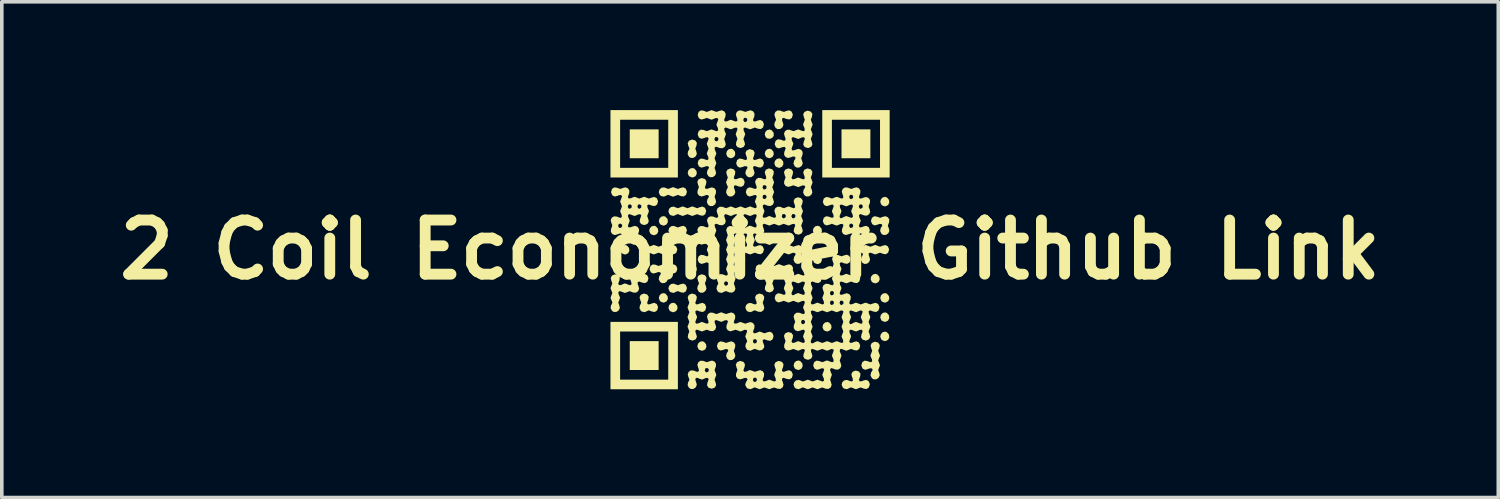
<source format=kicad_pcb>
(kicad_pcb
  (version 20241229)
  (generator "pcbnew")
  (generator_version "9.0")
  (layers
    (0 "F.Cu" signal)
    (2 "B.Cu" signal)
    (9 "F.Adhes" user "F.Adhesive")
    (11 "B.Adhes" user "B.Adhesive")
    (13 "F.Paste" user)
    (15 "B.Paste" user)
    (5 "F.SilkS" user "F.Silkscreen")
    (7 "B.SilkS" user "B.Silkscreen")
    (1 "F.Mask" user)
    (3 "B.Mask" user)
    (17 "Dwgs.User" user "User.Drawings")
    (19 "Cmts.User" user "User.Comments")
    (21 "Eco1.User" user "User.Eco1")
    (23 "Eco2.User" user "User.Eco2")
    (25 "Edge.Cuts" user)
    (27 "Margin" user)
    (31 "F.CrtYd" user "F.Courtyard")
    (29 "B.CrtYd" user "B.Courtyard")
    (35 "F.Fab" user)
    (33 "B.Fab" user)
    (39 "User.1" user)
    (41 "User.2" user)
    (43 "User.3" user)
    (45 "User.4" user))
  (footprint "2 Coil Economizer Github Link"
    (layer "F.Cu")
    (at 17.729 3.867)
    (property "Reference" "2 Coil Economizer Github Link" (at 0 0 0) (layer "F.SilkS") (effects (font (size 1.5 1.5) (thickness 0.3))))
    (attr board_only exclude_from_pos_files exclude_from_bom)
    (fp_poly (pts (xy -2.533 -2.933) (xy -2.533 -2.533) (xy -2.933 -2.533) (xy -3.333 -2.533) (xy -3.333 -2.933) (xy -3.333 -3.333) (xy -2.933 -3.333) (xy -2.533 -3.333)) (stroke (width 0) (type solid)) (fill yes) (layer "F.SilkS"))
    (fp_poly (pts (xy -2.533 2.933) (xy -2.533 3.333) (xy -2.933 3.333) (xy -3.333 3.333) (xy -3.333 2.933) (xy -3.333 2.533) (xy -2.933 2.533) (xy -2.533 2.533)) (stroke (width 0) (type solid)) (fill yes) (layer "F.SilkS"))
    (fp_poly (pts (xy 3.333 -2.933) (xy 3.333 -2.533) (xy 2.933 -2.533) (xy 2.533 -2.533) (xy 2.533 -2.933) (xy 2.533 -3.333) (xy 2.933 -3.333) (xy 3.333 -3.333)) (stroke (width 0) (type solid)) (fill yes) (layer "F.SilkS"))
    (fp_poly (pts (xy 0.592 -3.313) (xy 0.652 -3.244) (xy 0.657 -3.161) (xy 0.632 -3.115) (xy 0.559 -3.071) (xy 0.476 -3.082) (xy 0.435 -3.115) (xy 0.406 -3.189) (xy 0.424 -3.262) (xy 0.475 -3.315) (xy 0.545 -3.33)) (stroke (width 0) (type solid)) (fill yes) (layer "F.SilkS"))
    (fp_poly (pts (xy -3.408 -0.113) (xy -3.352 -0.048) (xy -3.343 0.03) (xy -3.377 0.097) (xy -3.448 0.132) (xy -3.467 0.133) (xy -3.537 0.109) (xy -3.565 0.085) (xy -3.594 0.011) (xy -3.576 -0.062) (xy -3.525 -0.115) (xy -3.455 -0.13)) (stroke (width 0) (type solid)) (fill yes) (layer "F.SilkS"))
    (fp_poly (pts (xy -2.608 -0.646) (xy -2.552 -0.581) (xy -2.543 -0.504) (xy -2.577 -0.436) (xy -2.648 -0.401) (xy -2.667 -0.4) (xy -2.737 -0.424) (xy -2.765 -0.448) (xy -2.794 -0.523) (xy -2.776 -0.595) (xy -2.725 -0.648) (xy -2.655 -0.663)) (stroke (width 0) (type solid)) (fill yes) (layer "F.SilkS"))
    (fp_poly (pts (xy -2.342 -0.913) (xy -2.285 -0.848) (xy -2.276 -0.77) (xy -2.31 -0.703) (xy -2.381 -0.668) (xy -2.4 -0.667) (xy -2.47 -0.691) (xy -2.499 -0.715) (xy -2.528 -0.789) (xy -2.51 -0.862) (xy -2.458 -0.915) (xy -2.388 -0.93)) (stroke (width 0) (type solid)) (fill yes) (layer "F.SilkS"))
    (fp_poly (pts (xy -2.342 1.22) (xy -2.285 1.286) (xy -2.276 1.363) (xy -2.31 1.43) (xy -2.381 1.465) (xy -2.4 1.467) (xy -2.47 1.443) (xy -2.499 1.418) (xy -2.528 1.344) (xy -2.51 1.271) (xy -2.458 1.218) (xy -2.388 1.203)) (stroke (width 0) (type solid)) (fill yes) (layer "F.SilkS"))
    (fp_poly (pts (xy -2.075 1.487) (xy -2.018 1.552) (xy -2.01 1.63) (xy -2.043 1.697) (xy -2.115 1.732) (xy -2.133 1.733) (xy -2.204 1.709) (xy -2.232 1.685) (xy -2.261 1.611) (xy -2.243 1.538) (xy -2.192 1.485) (xy -2.122 1.47)) (stroke (width 0) (type solid)) (fill yes) (layer "F.SilkS"))
    (fp_poly (pts (xy -1.542 -2.246) (xy -1.485 -2.181) (xy -1.476 -2.104) (xy -1.51 -2.036) (xy -1.581 -2.001) (xy -1.6 -2) (xy -1.67 -2.024) (xy -1.699 -2.048) (xy -1.728 -2.123) (xy -1.71 -2.195) (xy -1.658 -2.248) (xy -1.588 -2.263)) (stroke (width 0) (type solid)) (fill yes) (layer "F.SilkS"))
    (fp_poly (pts (xy -1.542 0.42) (xy -1.485 0.486) (xy -1.476 0.563) (xy -1.51 0.63) (xy -1.581 0.665) (xy -1.6 0.667) (xy -1.67 0.643) (xy -1.699 0.618) (xy -1.728 0.544) (xy -1.71 0.471) (xy -1.658 0.418) (xy -1.588 0.403)) (stroke (width 0) (type solid)) (fill yes) (layer "F.SilkS"))
    (fp_poly (pts (xy -1.275 2.554) (xy -1.218 2.619) (xy -1.21 2.696) (xy -1.243 2.764) (xy -1.315 2.799) (xy -1.333 2.8) (xy -1.404 2.776) (xy -1.432 2.752) (xy -1.461 2.677) (xy -1.443 2.605) (xy -1.392 2.552) (xy -1.322 2.537)) (stroke (width 0) (type solid)) (fill yes) (layer "F.SilkS"))
    (fp_poly (pts (xy -0.475 -2.78) (xy -0.418 -2.714) (xy -0.41 -2.637) (xy -0.443 -2.57) (xy -0.515 -2.535) (xy -0.533 -2.533) (xy -0.604 -2.557) (xy -0.632 -2.582) (xy -0.661 -2.656) (xy -0.643 -2.729) (xy -0.592 -2.782) (xy -0.522 -2.797)) (stroke (width 0) (type solid)) (fill yes) (layer "F.SilkS"))
    (fp_poly (pts (xy 0.592 -2.78) (xy 0.648 -2.714) (xy 0.657 -2.637) (xy 0.623 -2.57) (xy 0.552 -2.535) (xy 0.533 -2.533) (xy 0.463 -2.557) (xy 0.435 -2.582) (xy 0.406 -2.656) (xy 0.424 -2.729) (xy 0.475 -2.782) (xy 0.545 -2.797)) (stroke (width 0) (type solid)) (fill yes) (layer "F.SilkS"))
    (fp_poly (pts (xy 0.592 -0.38) (xy 0.648 -0.314) (xy 0.657 -0.237) (xy 0.623 -0.17) (xy 0.552 -0.135) (xy 0.533 -0.133) (xy 0.463 -0.157) (xy 0.435 -0.182) (xy 0.406 -0.256) (xy 0.424 -0.329) (xy 0.475 -0.382) (xy 0.545 -0.397)) (stroke (width 0) (type solid)) (fill yes) (layer "F.SilkS"))
    (fp_poly (pts (xy 0.858 -2.513) (xy 0.915 -2.448) (xy 0.924 -2.37) (xy 0.89 -2.303) (xy 0.819 -2.268) (xy 0.8 -2.267) (xy 0.73 -2.291) (xy 0.701 -2.315) (xy 0.672 -2.389) (xy 0.69 -2.462) (xy 0.742 -2.515) (xy 0.812 -2.53)) (stroke (width 0) (type solid)) (fill yes) (layer "F.SilkS"))
    (fp_poly (pts (xy 1.392 3.087) (xy 1.448 3.152) (xy 1.457 3.23) (xy 1.423 3.297) (xy 1.352 3.332) (xy 1.333 3.333) (xy 1.263 3.309) (xy 1.235 3.285) (xy 1.206 3.211) (xy 1.224 3.138) (xy 1.275 3.085) (xy 1.345 3.07)) (stroke (width 0) (type solid)) (fill yes) (layer "F.SilkS"))
    (fp_poly (pts (xy 1.658 -0.38) (xy 1.715 -0.314) (xy 1.724 -0.237) (xy 1.69 -0.17) (xy 1.619 -0.135) (xy 1.6 -0.133) (xy 1.53 -0.157) (xy 1.501 -0.182) (xy 1.472 -0.256) (xy 1.49 -0.329) (xy 1.542 -0.382) (xy 1.612 -0.397)) (stroke (width 0) (type solid)) (fill yes) (layer "F.SilkS"))
    (fp_poly (pts (xy 1.925 -0.646) (xy 1.982 -0.581) (xy 1.99 -0.504) (xy 1.957 -0.436) (xy 1.885 -0.401) (xy 1.867 -0.4) (xy 1.796 -0.424) (xy 1.768 -0.448) (xy 1.739 -0.523) (xy 1.757 -0.595) (xy 1.808 -0.648) (xy 1.878 -0.663)) (stroke (width 0) (type solid)) (fill yes) (layer "F.SilkS"))
    (fp_poly (pts (xy 1.925 0.154) (xy 1.982 0.219) (xy 1.99 0.296) (xy 1.957 0.364) (xy 1.885 0.399) (xy 1.867 0.4) (xy 1.796 0.376) (xy 1.768 0.352) (xy 1.739 0.277) (xy 1.757 0.205) (xy 1.808 0.152) (xy 1.878 0.137)) (stroke (width 0) (type solid)) (fill yes) (layer "F.SilkS"))
    (fp_poly (pts (xy 2.192 2.02) (xy 2.248 2.086) (xy 2.257 2.163) (xy 2.223 2.23) (xy 2.152 2.265) (xy 2.133 2.267) (xy 2.063 2.243) (xy 2.035 2.218) (xy 2.006 2.144) (xy 2.024 2.071) (xy 2.075 2.018) (xy 2.145 2.003)) (stroke (width 0) (type solid)) (fill yes) (layer "F.SilkS"))
    (fp_poly (pts (xy 3.525 0.687) (xy 3.582 0.752) (xy 3.59 0.83) (xy 3.557 0.897) (xy 3.485 0.932) (xy 3.467 0.933) (xy 3.396 0.909) (xy 3.368 0.885) (xy 3.339 0.811) (xy 3.357 0.738) (xy 3.408 0.685) (xy 3.478 0.67)) (stroke (width 0) (type solid)) (fill yes) (layer "F.SilkS"))
    (fp_poly (pts (xy 3.792 -1.446) (xy 3.848 -1.381) (xy 3.857 -1.304) (xy 3.823 -1.236) (xy 3.752 -1.201) (xy 3.733 -1.2) (xy 3.663 -1.224) (xy 3.635 -1.248) (xy 3.606 -1.323) (xy 3.624 -1.395) (xy 3.675 -1.448) (xy 3.745 -1.463)) (stroke (width 0) (type solid)) (fill yes) (layer "F.SilkS"))
    (fp_poly (pts (xy 3.792 1.22) (xy 3.848 1.286) (xy 3.857 1.363) (xy 3.823 1.43) (xy 3.752 1.465) (xy 3.733 1.467) (xy 3.663 1.443) (xy 3.635 1.418) (xy 3.606 1.344) (xy 3.624 1.271) (xy 3.675 1.218) (xy 3.745 1.203)) (stroke (width 0) (type solid)) (fill yes) (layer "F.SilkS"))
    (fp_poly (pts (xy 3.792 1.754) (xy 3.848 1.819) (xy 3.857 1.896) (xy 3.823 1.964) (xy 3.752 1.999) (xy 3.733 2) (xy 3.663 1.976) (xy 3.635 1.952) (xy 3.606 1.877) (xy 3.624 1.805) (xy 3.675 1.752) (xy 3.745 1.737)) (stroke (width 0) (type solid)) (fill yes) (layer "F.SilkS"))
    (fp_poly (pts (xy 3.792 2.287) (xy 3.848 2.352) (xy 3.857 2.43) (xy 3.823 2.497) (xy 3.752 2.532) (xy 3.733 2.533) (xy 3.663 2.509) (xy 3.635 2.485) (xy 3.606 2.411) (xy 3.624 2.338) (xy 3.675 2.285) (xy 3.745 2.27)) (stroke (width 0) (type solid)) (fill yes) (layer "F.SilkS"))
    (fp_poly (pts (xy -2 -2.933) (xy -2 -2) (xy -2.933 -2) (xy -3.867 -2) (xy -3.867 -2.933) (xy -3.867 -3.6) (xy -3.6 -3.6) (xy -3.6 -2.933) (xy -3.6 -2.267) (xy -2.933 -2.267) (xy -2.267 -2.267) (xy -2.267 -2.933) (xy -2.267 -3.6) (xy -2.933 -3.6) (xy -3.6 -3.6) (xy -3.867 -3.6) (xy -3.867 -3.867) (xy -2.933 -3.867) (xy -2 -3.867)) (stroke (width 0) (type solid)) (fill yes) (layer "F.SilkS"))
    (fp_poly (pts (xy -2 2.933) (xy -2 3.867) (xy -2.933 3.867) (xy -3.867 3.867) (xy -3.867 2.933) (xy -3.867 2.267) (xy -3.6 2.267) (xy -3.6 2.933) (xy -3.6 3.6) (xy -2.933 3.6) (xy -2.267 3.6) (xy -2.267 2.933) (xy -2.267 2.267) (xy -2.933 2.267) (xy -3.6 2.267) (xy -3.867 2.267) (xy -3.867 2) (xy -2.933 2) (xy -2 2)) (stroke (width 0) (type solid)) (fill yes) (layer "F.SilkS"))
    (fp_poly (pts (xy 3.867 -2.933) (xy 3.867 -2) (xy 2.933 -2) (xy 2 -2) (xy 2 -2.933) (xy 2 -3.6) (xy 2.267 -3.6) (xy 2.267 -2.933) (xy 2.267 -2.267) (xy 2.933 -2.267) (xy 3.6 -2.267) (xy 3.6 -2.933) (xy 3.6 -3.6) (xy 2.933 -3.6) (xy 2.267 -3.6) (xy 2 -3.6) (xy 2 -3.867) (xy 2.933 -3.867) (xy 3.867 -3.867)) (stroke (width 0) (type solid)) (fill yes) (layer "F.SilkS"))
    (fp_poly (pts (xy -1.784 -0.627) (xy -1.751 -0.549) (xy -1.75 -0.533) (xy -1.776 -0.449) (xy -1.84 -0.408) (xy -1.923 -0.42) (xy -1.937 -0.428) (xy -2.006 -0.454) (xy -2.044 -0.436) (xy -2.119 -0.402) (xy -2.2 -0.421) (xy -2.232 -0.448) (xy -2.263 -0.525) (xy -2.243 -0.597) (xy -2.189 -0.648) (xy -2.115 -0.66) (xy -2.067 -0.641) (xy -1.999 -0.616) (xy -1.933 -0.641) (xy -1.851 -0.661)) (stroke (width 0) (type solid)) (fill yes) (layer "F.SilkS"))
    (fp_poly (pts (xy -1.784 0.973) (xy -1.751 1.051) (xy -1.75 1.067) (xy -1.776 1.151) (xy -1.84 1.192) (xy -1.923 1.18) (xy -1.937 1.172) (xy -2.006 1.146) (xy -2.044 1.164) (xy -2.119 1.198) (xy -2.2 1.179) (xy -2.232 1.152) (xy -2.263 1.075) (xy -2.243 1.003) (xy -2.189 0.952) (xy -2.115 0.94) (xy -2.067 0.959) (xy -1.999 0.984) (xy -1.933 0.959) (xy -1.851 0.939)) (stroke (width 0) (type solid)) (fill yes) (layer "F.SilkS"))
    (fp_poly (pts (xy -1.517 -3.025) (xy -1.474 -2.961) (xy -1.485 -2.88) (xy -1.492 -2.867) (xy -1.517 -2.799) (xy -1.492 -2.733) (xy -1.474 -2.656) (xy -1.504 -2.588) (xy -1.564 -2.545) (xy -1.637 -2.54) (xy -1.692 -2.572) (xy -1.73 -2.649) (xy -1.716 -2.731) (xy -1.697 -2.756) (xy -1.68 -2.806) (xy -1.705 -2.863) (xy -1.728 -2.947) (xy -1.694 -3.016) (xy -1.616 -3.049) (xy -1.6 -3.05)) (stroke (width 0) (type solid)) (fill yes) (layer "F.SilkS"))
    (fp_poly (pts (xy -1.25 0.709) (xy -1.208 0.772) (xy -1.218 0.853) (xy -1.226 0.867) (xy -1.251 0.934) (xy -1.226 1) (xy -1.207 1.078) (xy -1.237 1.145) (xy -1.297 1.189) (xy -1.371 1.193) (xy -1.425 1.161) (xy -1.464 1.084) (xy -1.45 1.002) (xy -1.431 0.977) (xy -1.414 0.927) (xy -1.439 0.87) (xy -1.461 0.786) (xy -1.428 0.717) (xy -1.349 0.684) (xy -1.333 0.683)) (stroke (width 0) (type solid)) (fill yes) (layer "F.SilkS"))
    (fp_poly (pts (xy -2.067 -1.708) (xy -1.999 -1.683) (xy -1.933 -1.708) (xy -1.851 -1.728) (xy -1.784 -1.694) (xy -1.751 -1.616) (xy -1.75 -1.6) (xy -1.775 -1.517) (xy -1.839 -1.474) (xy -1.92 -1.485) (xy -1.933 -1.492) (xy -2.001 -1.517) (xy -2.067 -1.492) (xy -2.133 -1.468) (xy -2.201 -1.493) (xy -2.204 -1.495) (xy -2.272 -1.52) (xy -2.311 -1.503) (xy -2.385 -1.469) (xy -2.466 -1.487) (xy -2.499 -1.515) (xy -2.529 -1.592) (xy -2.51 -1.664) (xy -2.456 -1.715) (xy -2.381 -1.726) (xy -2.333 -1.708) (xy -2.265 -1.683) (xy -2.2 -1.708) (xy -2.132 -1.733)) (stroke (width 0) (type solid)) (fill yes) (layer "F.SilkS"))
    (fp_poly (pts (xy -0.45 2.567) (xy -0.41 2.629) (xy -0.415 2.711) (xy -0.428 2.738) (xy -0.45 2.806) (xy -0.426 2.867) (xy -0.407 2.944) (xy -0.437 3.012) (xy -0.497 3.055) (xy -0.571 3.06) (xy -0.625 3.028) (xy -0.664 2.949) (xy -0.646 2.865) (xy -0.627 2.84) (xy -0.602 2.79) (xy -0.627 2.757) (xy -0.683 2.753) (xy -0.73 2.772) (xy -0.814 2.794) (xy -0.883 2.761) (xy -0.916 2.683) (xy -0.917 2.667) (xy -0.891 2.583) (xy -0.828 2.541) (xy -0.747 2.551) (xy -0.733 2.559) (xy -0.663 2.583) (xy -0.604 2.562) (xy -0.52 2.539)) (stroke (width 0) (type solid)) (fill yes) (layer "F.SilkS"))
    (fp_poly (pts (xy 0.35 1.242) (xy 0.392 1.305) (xy 0.382 1.386) (xy 0.374 1.4) (xy 0.35 1.47) (xy 0.372 1.529) (xy 0.395 1.613) (xy 0.367 1.683) (xy 0.305 1.723) (xy 0.222 1.718) (xy 0.192 1.703) (xy 0.125 1.679) (xy 0.089 1.697) (xy 0.015 1.731) (xy -0.066 1.713) (xy -0.099 1.685) (xy -0.13 1.608) (xy -0.111 1.536) (xy -0.056 1.486) (xy 0.02 1.475) (xy 0.07 1.495) (xy 0.144 1.519) (xy 0.183 1.493) (xy 0.175 1.429) (xy 0.161 1.404) (xy 0.139 1.319) (xy 0.172 1.251) (xy 0.251 1.217) (xy 0.267 1.217)) (stroke (width 0) (type solid)) (fill yes) (layer "F.SilkS"))
    (fp_poly (pts (xy 1.149 -3.827) (xy 1.183 -3.749) (xy 1.183 -3.733) (xy 1.158 -3.649) (xy 1.093 -3.608) (xy 1.01 -3.62) (xy 0.996 -3.628) (xy 0.923 -3.653) (xy 0.884 -3.627) (xy 0.892 -3.562) (xy 0.905 -3.537) (xy 0.925 -3.458) (xy 0.897 -3.389) (xy 0.838 -3.345) (xy 0.766 -3.339) (xy 0.708 -3.372) (xy 0.67 -3.449) (xy 0.684 -3.531) (xy 0.703 -3.556) (xy 0.72 -3.607) (xy 0.697 -3.658) (xy 0.673 -3.744) (xy 0.699 -3.815) (xy 0.76 -3.857) (xy 0.841 -3.853) (xy 0.871 -3.838) (xy 0.939 -3.817) (xy 1 -3.841) (xy 1.082 -3.861)) (stroke (width 0) (type solid)) (fill yes) (layer "F.SilkS"))
    (fp_poly (pts (xy 3.817 -0.9) (xy 3.857 -0.837) (xy 3.852 -0.756) (xy 3.838 -0.729) (xy 3.817 -0.661) (xy 3.841 -0.6) (xy 3.86 -0.522) (xy 3.83 -0.455) (xy 3.769 -0.411) (xy 3.696 -0.407) (xy 3.641 -0.439) (xy 3.603 -0.518) (xy 3.62 -0.602) (xy 3.64 -0.627) (xy 3.664 -0.677) (xy 3.64 -0.71) (xy 3.584 -0.714) (xy 3.537 -0.695) (xy 3.453 -0.672) (xy 3.384 -0.706) (xy 3.351 -0.784) (xy 3.35 -0.8) (xy 3.375 -0.883) (xy 3.439 -0.926) (xy 3.52 -0.915) (xy 3.533 -0.908) (xy 3.604 -0.883) (xy 3.662 -0.905) (xy 3.746 -0.928)) (stroke (width 0) (type solid)) (fill yes) (layer "F.SilkS"))
    (fp_poly (pts (xy -2.849 1.242) (xy -2.808 1.307) (xy -2.82 1.39) (xy -2.828 1.404) (xy -2.853 1.477) (xy -2.827 1.516) (xy -2.762 1.508) (xy -2.737 1.495) (xy -2.653 1.472) (xy -2.584 1.506) (xy -2.551 1.584) (xy -2.55 1.6) (xy -2.576 1.684) (xy -2.64 1.726) (xy -2.723 1.713) (xy -2.737 1.705) (xy -2.806 1.68) (xy -2.844 1.697) (xy -2.919 1.731) (xy -3.001 1.713) (xy -3.027 1.693) (xy -3.064 1.617) (xy -3.049 1.535) (xy -3.031 1.511) (xy -3.014 1.461) (xy -3.039 1.404) (xy -3.061 1.319) (xy -3.028 1.251) (xy -2.949 1.217) (xy -2.933 1.217)) (stroke (width 0) (type solid)) (fill yes) (layer "F.SilkS"))
    (fp_poly (pts (xy -1.533 -1.174) (xy -1.465 -1.149) (xy -1.4 -1.174) (xy -1.318 -1.195) (xy -1.251 -1.16) (xy -1.217 -1.083) (xy -1.217 -1.067) (xy -1.242 -0.983) (xy -1.305 -0.941) (xy -1.386 -0.951) (xy -1.4 -0.959) (xy -1.468 -0.984) (xy -1.533 -0.959) (xy -1.601 -0.934) (xy -1.667 -0.959) (xy -1.735 -0.984) (xy -1.8 -0.959) (xy -1.866 -0.934) (xy -1.934 -0.959) (xy -1.937 -0.961) (xy -2.006 -0.987) (xy -2.044 -0.969) (xy -2.119 -0.935) (xy -2.2 -0.954) (xy -2.232 -0.982) (xy -2.263 -1.058) (xy -2.243 -1.131) (xy -2.189 -1.181) (xy -2.115 -1.193) (xy -2.067 -1.174) (xy -1.999 -1.149) (xy -1.933 -1.174) (xy -1.865 -1.199) (xy -1.8 -1.174) (xy -1.732 -1.149) (xy -1.667 -1.174) (xy -1.599 -1.199)) (stroke (width 0) (type solid)) (fill yes) (layer "F.SilkS"))
    (fp_poly (pts (xy -2.333 0.426) (xy -2.265 0.451) (xy -2.2 0.426) (xy -2.118 0.405) (xy -2.051 0.44) (xy -2.017 0.517) (xy -2.017 0.533) (xy -2.042 0.618) (xy -2.107 0.659) (xy -2.19 0.647) (xy -2.204 0.639) (xy -2.276 0.614) (xy -2.307 0.627) (xy -2.317 0.681) (xy -2.295 0.73) (xy -2.275 0.809) (xy -2.303 0.877) (xy -2.362 0.922) (xy -2.434 0.928) (xy -2.492 0.895) (xy -2.531 0.816) (xy -2.513 0.732) (xy -2.493 0.707) (xy -2.469 0.657) (xy -2.494 0.624) (xy -2.549 0.619) (xy -2.596 0.639) (xy -2.681 0.661) (xy -2.749 0.628) (xy -2.783 0.549) (xy -2.783 0.533) (xy -2.758 0.45) (xy -2.695 0.408) (xy -2.614 0.418) (xy -2.6 0.426) (xy -2.532 0.451) (xy -2.467 0.426) (xy -2.399 0.401)) (stroke (width 0) (type solid)) (fill yes) (layer "F.SilkS"))
    (fp_poly (pts (xy -1.249 -1.958) (xy -1.208 -1.893) (xy -1.22 -1.81) (xy -1.228 -1.796) (xy -1.252 -1.723) (xy -1.227 -1.684) (xy -1.166 -1.69) (xy -1.142 -1.703) (xy -1.056 -1.727) (xy -0.985 -1.701) (xy -0.943 -1.64) (xy -0.947 -1.559) (xy -0.962 -1.529) (xy -0.983 -1.461) (xy -0.959 -1.4) (xy -0.94 -1.322) (xy -0.97 -1.255) (xy -1.031 -1.211) (xy -1.104 -1.207) (xy -1.159 -1.239) (xy -1.197 -1.318) (xy -1.18 -1.402) (xy -1.16 -1.427) (xy -1.137 -1.477) (xy -1.162 -1.51) (xy -1.217 -1.515) (xy -1.258 -1.497) (xy -1.344 -1.473) (xy -1.415 -1.499) (xy -1.457 -1.56) (xy -1.453 -1.641) (xy -1.438 -1.671) (xy -1.417 -1.739) (xy -1.441 -1.8) (xy -1.461 -1.882) (xy -1.427 -1.949) (xy -1.349 -1.983) (xy -1.333 -1.983)) (stroke (width 0) (type solid)) (fill yes) (layer "F.SilkS"))
    (fp_poly (pts (xy 1.133 -0.108) (xy 1.204 -0.083) (xy 1.262 -0.105) (xy 1.346 -0.128) (xy 1.417 -0.1) (xy 1.457 -0.037) (xy 1.452 0.044) (xy 1.438 0.071) (xy 1.417 0.139) (xy 1.441 0.2) (xy 1.46 0.278) (xy 1.43 0.345) (xy 1.369 0.389) (xy 1.296 0.393) (xy 1.241 0.361) (xy 1.203 0.282) (xy 1.22 0.198) (xy 1.24 0.173) (xy 1.264 0.123) (xy 1.24 0.09) (xy 1.184 0.086) (xy 1.137 0.105) (xy 1.069 0.132) (xy 1.003 0.11) (xy 1 0.108) (xy 0.932 0.083) (xy 0.867 0.108) (xy 0.785 0.128) (xy 0.717 0.094) (xy 0.684 0.016) (xy 0.683 0) (xy 0.709 -0.083) (xy 0.772 -0.126) (xy 0.853 -0.115) (xy 0.867 -0.108) (xy 0.935 -0.083) (xy 1 -0.108) (xy 1.068 -0.133)) (stroke (width 0) (type solid)) (fill yes) (layer "F.SilkS"))
    (fp_poly (pts (xy -0.449 -2.224) (xy -0.408 -2.16) (xy -0.42 -2.077) (xy -0.428 -2.063) (xy -0.453 -1.989) (xy -0.427 -1.951) (xy -0.362 -1.958) (xy -0.337 -1.972) (xy -0.253 -1.994) (xy -0.184 -1.961) (xy -0.151 -1.883) (xy -0.15 -1.867) (xy -0.176 -1.782) (xy -0.24 -1.741) (xy -0.323 -1.753) (xy -0.337 -1.761) (xy -0.411 -1.786) (xy -0.449 -1.76) (xy -0.442 -1.696) (xy -0.428 -1.67) (xy -0.408 -1.591) (xy -0.436 -1.523) (xy -0.495 -1.478) (xy -0.568 -1.472) (xy -0.625 -1.505) (xy -0.664 -1.583) (xy -0.65 -1.664) (xy -0.631 -1.689) (xy -0.614 -1.739) (xy -0.639 -1.796) (xy -0.666 -1.865) (xy -0.643 -1.93) (xy -0.641 -1.933) (xy -0.616 -2.001) (xy -0.641 -2.067) (xy -0.661 -2.149) (xy -0.627 -2.216) (xy -0.549 -2.249) (xy -0.533 -2.25)) (stroke (width 0) (type solid)) (fill yes) (layer "F.SilkS"))
    (fp_poly (pts (xy 3.018 3.376) (xy 3.059 3.44) (xy 3.047 3.523) (xy 3.039 3.537) (xy 3.014 3.611) (xy 3.04 3.649) (xy 3.104 3.642) (xy 3.13 3.628) (xy 3.214 3.606) (xy 3.283 3.639) (xy 3.316 3.717) (xy 3.317 3.733) (xy 3.291 3.817) (xy 3.228 3.859) (xy 3.147 3.849) (xy 3.133 3.841) (xy 3.065 3.816) (xy 3 3.841) (xy 2.934 3.866) (xy 2.866 3.841) (xy 2.863 3.839) (xy 2.794 3.813) (xy 2.756 3.831) (xy 2.681 3.865) (xy 2.6 3.846) (xy 2.568 3.818) (xy 2.537 3.741) (xy 2.556 3.669) (xy 2.611 3.619) (xy 2.687 3.608) (xy 2.737 3.628) (xy 2.811 3.653) (xy 2.849 3.627) (xy 2.842 3.562) (xy 2.828 3.537) (xy 2.806 3.453) (xy 2.839 3.384) (xy 2.917 3.351) (xy 2.933 3.35)) (stroke (width 0) (type solid)) (fill yes) (layer "F.SilkS"))
    (fp_poly (pts (xy -2.333 -0.108) (xy -2.265 -0.083) (xy -2.2 -0.108) (xy -2.118 -0.128) (xy -2.051 -0.094) (xy -2.017 -0.016) (xy -2.017 0) (xy -2.042 0.083) (xy -2.105 0.126) (xy -2.186 0.115) (xy -2.2 0.108) (xy -2.268 0.083) (xy -2.333 0.108) (xy -2.401 0.133) (xy -2.467 0.108) (xy -2.535 0.083) (xy -2.6 0.108) (xy -2.666 0.132) (xy -2.734 0.107) (xy -2.737 0.105) (xy -2.811 0.081) (xy -2.849 0.107) (xy -2.842 0.171) (xy -2.828 0.196) (xy -2.808 0.275) (xy -2.836 0.344) (xy -2.895 0.389) (xy -2.968 0.395) (xy -3.025 0.361) (xy -3.064 0.284) (xy -3.05 0.202) (xy -3.031 0.177) (xy -3.013 0.127) (xy -3.036 0.075) (xy -3.06 -0.011) (xy -3.034 -0.082) (xy -2.973 -0.124) (xy -2.892 -0.12) (xy -2.862 -0.105) (xy -2.794 -0.083) (xy -2.733 -0.108) (xy -2.665 -0.133) (xy -2.6 -0.108) (xy -2.532 -0.083) (xy -2.467 -0.108) (xy -2.399 -0.133)) (stroke (width 0) (type solid)) (fill yes) (layer "F.SilkS"))
    (fp_poly (pts (xy 3.55 2.575) (xy 3.592 2.639) (xy 3.582 2.72) (xy 3.574 2.733) (xy 3.549 2.801) (xy 3.574 2.867) (xy 3.599 2.935) (xy 3.574 3) (xy 3.549 3.068) (xy 3.574 3.133) (xy 3.599 3.201) (xy 3.574 3.267) (xy 3.549 3.335) (xy 3.574 3.4) (xy 3.593 3.478) (xy 3.563 3.545) (xy 3.503 3.589) (xy 3.429 3.593) (xy 3.375 3.561) (xy 3.336 3.482) (xy 3.354 3.398) (xy 3.373 3.373) (xy 3.398 3.323) (xy 3.373 3.29) (xy 3.317 3.286) (xy 3.27 3.305) (xy 3.186 3.328) (xy 3.117 3.294) (xy 3.084 3.216) (xy 3.083 3.2) (xy 3.109 3.116) (xy 3.173 3.074) (xy 3.257 3.087) (xy 3.27 3.095) (xy 3.344 3.119) (xy 3.383 3.093) (xy 3.375 3.029) (xy 3.361 3.004) (xy 3.334 2.935) (xy 3.357 2.87) (xy 3.359 2.867) (xy 3.384 2.799) (xy 3.359 2.733) (xy 3.339 2.651) (xy 3.373 2.584) (xy 3.451 2.551) (xy 3.467 2.55)) (stroke (width 0) (type solid)) (fill yes) (layer "F.SilkS"))
    (fp_poly (pts (xy 0.084 -2.758) (xy 0.126 -2.693) (xy 0.113 -2.61) (xy 0.105 -2.596) (xy 0.081 -2.523) (xy 0.107 -2.484) (xy 0.171 -2.492) (xy 0.196 -2.505) (xy 0.281 -2.528) (xy 0.349 -2.494) (xy 0.383 -2.416) (xy 0.383 -2.4) (xy 0.358 -2.316) (xy 0.293 -2.274) (xy 0.21 -2.287) (xy 0.196 -2.295) (xy 0.123 -2.319) (xy 0.084 -2.293) (xy 0.092 -2.229) (xy 0.105 -2.204) (xy 0.125 -2.125) (xy 0.097 -2.056) (xy 0.038 -2.011) (xy -0.034 -2.005) (xy -0.092 -2.039) (xy -0.131 -2.118) (xy -0.113 -2.202) (xy -0.093 -2.227) (xy -0.069 -2.277) (xy -0.094 -2.31) (xy -0.149 -2.314) (xy -0.196 -2.295) (xy -0.281 -2.272) (xy -0.349 -2.306) (xy -0.383 -2.384) (xy -0.383 -2.4) (xy -0.358 -2.484) (xy -0.293 -2.526) (xy -0.21 -2.513) (xy -0.196 -2.505) (xy -0.123 -2.481) (xy -0.084 -2.507) (xy -0.092 -2.571) (xy -0.105 -2.596) (xy -0.128 -2.681) (xy -0.094 -2.749) (xy -0.016 -2.783) (xy 0 -2.783)) (stroke (width 0) (type solid)) (fill yes) (layer "F.SilkS"))
    (fp_poly (pts (xy 1.683 -2.225) (xy 1.726 -2.161) (xy 1.715 -2.08) (xy 1.708 -2.067) (xy 1.683 -1.999) (xy 1.708 -1.933) (xy 1.733 -1.865) (xy 1.708 -1.8) (xy 1.683 -1.732) (xy 1.708 -1.667) (xy 1.726 -1.589) (xy 1.696 -1.521) (xy 1.636 -1.478) (xy 1.563 -1.473) (xy 1.508 -1.505) (xy 1.469 -1.584) (xy 1.487 -1.668) (xy 1.507 -1.693) (xy 1.531 -1.743) (xy 1.506 -1.776) (xy 1.451 -1.781) (xy 1.404 -1.761) (xy 1.335 -1.734) (xy 1.27 -1.757) (xy 1.267 -1.759) (xy 1.196 -1.783) (xy 1.138 -1.762) (xy 1.054 -1.739) (xy 0.983 -1.767) (xy 0.943 -1.829) (xy 0.948 -1.911) (xy 0.962 -1.938) (xy 0.983 -2.006) (xy 0.959 -2.067) (xy 0.939 -2.149) (xy 0.973 -2.216) (xy 1.051 -2.249) (xy 1.067 -2.25) (xy 1.151 -2.224) (xy 1.192 -2.16) (xy 1.18 -2.077) (xy 1.172 -2.063) (xy 1.147 -1.99) (xy 1.173 -1.951) (xy 1.237 -1.958) (xy 1.263 -1.972) (xy 1.33 -1.999) (xy 1.394 -1.978) (xy 1.404 -1.972) (xy 1.477 -1.947) (xy 1.516 -1.973) (xy 1.508 -2.038) (xy 1.495 -2.063) (xy 1.472 -2.147) (xy 1.506 -2.216) (xy 1.584 -2.249) (xy 1.6 -2.25)) (stroke (width 0) (type solid)) (fill yes) (layer "F.SilkS"))
    (fp_poly (pts (xy -0.983 3.1) (xy -0.943 3.163) (xy -0.948 3.244) (xy -0.962 3.271) (xy -0.983 3.339) (xy -0.959 3.4) (xy -0.934 3.468) (xy -0.959 3.533) (xy -0.984 3.601) (xy -0.959 3.667) (xy -0.939 3.749) (xy -0.973 3.816) (xy -1.051 3.849) (xy -1.067 3.85) (xy -1.151 3.824) (xy -1.192 3.76) (xy -1.18 3.677) (xy -1.172 3.663) (xy -1.147 3.59) (xy -1.173 3.551) (xy -1.237 3.558) (xy -1.263 3.572) (xy -1.33 3.599) (xy -1.394 3.578) (xy -1.404 3.572) (xy -1.477 3.547) (xy -1.516 3.573) (xy -1.508 3.638) (xy -1.495 3.663) (xy -1.475 3.742) (xy -1.503 3.811) (xy -1.562 3.855) (xy -1.634 3.861) (xy -1.692 3.828) (xy -1.73 3.751) (xy -1.716 3.669) (xy -1.697 3.644) (xy -1.68 3.593) (xy -1.703 3.542) (xy -1.727 3.455) (xy -1.701 3.384) (xy -1.639 3.343) (xy -1.556 3.349) (xy -1.525 3.364) (xy -1.454 3.386) (xy -1.416 3.358) (xy -1.419 3.343) (xy -1.256 3.343) (xy -1.231 3.389) (xy -1.2 3.4) (xy -1.157 3.376) (xy -1.148 3.364) (xy -1.144 3.313) (xy -1.18 3.279) (xy -1.228 3.283) (xy -1.237 3.29) (xy -1.256 3.343) (xy -1.419 3.343) (xy -1.425 3.294) (xy -1.436 3.275) (xy -1.46 3.189) (xy -1.434 3.118) (xy -1.373 3.076) (xy -1.292 3.08) (xy -1.262 3.095) (xy -1.192 3.117) (xy -1.138 3.095) (xy -1.054 3.072)) (stroke (width 0) (type solid)) (fill yes) (layer "F.SilkS"))
    (fp_poly (pts (xy -2.851 0.706) (xy -2.817 0.784) (xy -2.817 0.8) (xy -2.842 0.884) (xy -2.907 0.926) (xy -2.99 0.913) (xy -3.004 0.905) (xy -3.077 0.881) (xy -3.116 0.906) (xy -3.11 0.968) (xy -3.097 0.992) (xy -3.073 1.077) (xy -3.099 1.149) (xy -3.16 1.19) (xy -3.241 1.187) (xy -3.271 1.172) (xy -3.339 1.15) (xy -3.4 1.174) (xy -3.466 1.199) (xy -3.534 1.174) (xy -3.537 1.172) (xy -3.611 1.147) (xy -3.649 1.173) (xy -3.642 1.238) (xy -3.628 1.263) (xy -3.601 1.331) (xy -3.624 1.397) (xy -3.626 1.4) (xy -3.651 1.468) (xy -3.626 1.533) (xy -3.607 1.611) (xy -3.637 1.679) (xy -3.697 1.722) (xy -3.771 1.727) (xy -3.825 1.695) (xy -3.864 1.617) (xy -3.85 1.536) (xy -3.831 1.511) (xy -3.814 1.461) (xy -3.839 1.404) (xy -3.866 1.335) (xy -3.843 1.27) (xy -3.841 1.267) (xy -3.816 1.199) (xy -3.841 1.133) (xy -3.866 1.065) (xy -3.841 1) (xy -3.816 0.932) (xy -3.841 0.867) (xy -3.861 0.785) (xy -3.827 0.717) (xy -3.749 0.684) (xy -3.733 0.683) (xy -3.649 0.709) (xy -3.608 0.773) (xy -3.62 0.857) (xy -3.628 0.87) (xy -3.653 0.944) (xy -3.627 0.983) (xy -3.563 0.975) (xy -3.537 0.961) (xy -3.47 0.934) (xy -3.406 0.955) (xy -3.396 0.961) (xy -3.323 0.986) (xy -3.284 0.961) (xy -3.29 0.899) (xy -3.303 0.875) (xy -3.327 0.789) (xy -3.301 0.718) (xy -3.24 0.676) (xy -3.159 0.68) (xy -3.129 0.695) (xy -3.061 0.717) (xy -3 0.692) (xy -2.918 0.672)) (stroke (width 0) (type solid)) (fill yes) (layer "F.SilkS"))
    (fp_poly (pts (xy 1.683 -3.825) (xy 1.726 -3.761) (xy 1.715 -3.68) (xy 1.708 -3.667) (xy 1.683 -3.599) (xy 1.708 -3.533) (xy 1.733 -3.465) (xy 1.708 -3.4) (xy 1.683 -3.332) (xy 1.708 -3.267) (xy 1.733 -3.199) (xy 1.708 -3.133) (xy 1.683 -3.065) (xy 1.708 -3) (xy 1.728 -2.918) (xy 1.694 -2.851) (xy 1.616 -2.817) (xy 1.6 -2.817) (xy 1.516 -2.842) (xy 1.474 -2.907) (xy 1.487 -2.99) (xy 1.495 -3.004) (xy 1.519 -3.077) (xy 1.493 -3.116) (xy 1.429 -3.108) (xy 1.404 -3.095) (xy 1.337 -3.067) (xy 1.273 -3.089) (xy 1.263 -3.095) (xy 1.189 -3.119) (xy 1.151 -3.093) (xy 1.158 -3.029) (xy 1.172 -3.004) (xy 1.199 -2.937) (xy 1.178 -2.873) (xy 1.172 -2.863) (xy 1.148 -2.79) (xy 1.173 -2.75) (xy 1.235 -2.757) (xy 1.258 -2.769) (xy 1.344 -2.794) (xy 1.415 -2.768) (xy 1.457 -2.707) (xy 1.453 -2.626) (xy 1.438 -2.596) (xy 1.417 -2.528) (xy 1.441 -2.467) (xy 1.46 -2.389) (xy 1.43 -2.321) (xy 1.369 -2.278) (xy 1.296 -2.273) (xy 1.241 -2.305) (xy 1.203 -2.384) (xy 1.22 -2.468) (xy 1.24 -2.493) (xy 1.263 -2.543) (xy 1.238 -2.577) (xy 1.183 -2.582) (xy 1.142 -2.564) (xy 1.055 -2.539) (xy 0.984 -2.566) (xy 0.943 -2.628) (xy 0.949 -2.711) (xy 0.964 -2.742) (xy 0.987 -2.812) (xy 0.959 -2.849) (xy 0.895 -2.841) (xy 0.87 -2.828) (xy 0.786 -2.806) (xy 0.717 -2.839) (xy 0.684 -2.917) (xy 0.683 -2.933) (xy 0.709 -3.018) (xy 0.773 -3.059) (xy 0.857 -3.047) (xy 0.87 -3.039) (xy 0.943 -3.014) (xy 0.983 -3.039) (xy 0.977 -3.101) (xy 0.964 -3.125) (xy 0.94 -3.211) (xy 0.966 -3.282) (xy 1.027 -3.324) (xy 1.108 -3.32) (xy 1.138 -3.305) (xy 1.206 -3.283) (xy 1.267 -3.308) (xy 1.333 -3.332) (xy 1.401 -3.307) (xy 1.404 -3.305) (xy 1.477 -3.281) (xy 1.516 -3.307) (xy 1.508 -3.371) (xy 1.495 -3.396) (xy 1.468 -3.465) (xy 1.49 -3.53) (xy 1.492 -3.533) (xy 1.517 -3.601) (xy 1.492 -3.667) (xy 1.472 -3.749) (xy 1.506 -3.816) (xy 1.584 -3.849) (xy 1.6 -3.85)) (stroke (width 0) (type solid)) (fill yes) (layer "F.SilkS"))
    (fp_poly (pts (xy 0.884 3.109) (xy 0.926 3.173) (xy 0.913 3.257) (xy 0.905 3.27) (xy 0.881 3.344) (xy 0.907 3.383) (xy 0.971 3.375) (xy 0.996 3.361) (xy 1.081 3.339) (xy 1.149 3.372) (xy 1.183 3.451) (xy 1.183 3.467) (xy 1.158 3.551) (xy 1.093 3.592) (xy 1.01 3.58) (xy 0.996 3.572) (xy 0.923 3.548) (xy 0.884 3.573) (xy 0.89 3.634) (xy 0.903 3.658) (xy 0.927 3.744) (xy 0.901 3.815) (xy 0.84 3.857) (xy 0.759 3.853) (xy 0.729 3.838) (xy 0.661 3.817) (xy 0.6 3.841) (xy 0.532 3.866) (xy 0.467 3.841) (xy 0.399 3.816) (xy 0.333 3.841) (xy 0.267 3.866) (xy 0.199 3.841) (xy 0.196 3.839) (xy 0.128 3.813) (xy 0.089 3.831) (xy 0.014 3.865) (xy -0.068 3.846) (xy -0.093 3.827) (xy -0.129 3.761) (xy -0.133 3.733) (xy -0.111 3.663) (xy -0.093 3.64) (xy -0.079 3.61) (xy 0.078 3.61) (xy 0.102 3.656) (xy 0.133 3.667) (xy 0.176 3.642) (xy 0.185 3.63) (xy 0.189 3.58) (xy 0.154 3.545) (xy 0.105 3.55) (xy 0.096 3.557) (xy 0.078 3.61) (xy -0.079 3.61) (xy -0.07 3.59) (xy -0.095 3.556) (xy -0.15 3.552) (xy -0.192 3.569) (xy -0.277 3.594) (xy -0.349 3.568) (xy -0.39 3.507) (xy -0.387 3.426) (xy -0.372 3.396) (xy -0.35 3.328) (xy -0.374 3.267) (xy -0.395 3.185) (xy -0.36 3.117) (xy -0.283 3.084) (xy -0.267 3.083) (xy -0.182 3.109) (xy -0.141 3.173) (xy -0.153 3.257) (xy -0.161 3.27) (xy -0.186 3.344) (xy -0.16 3.383) (xy -0.096 3.375) (xy -0.071 3.361) (xy -0.002 3.334) (xy 0.064 3.357) (xy 0.067 3.359) (xy 0.137 3.383) (xy 0.196 3.362) (xy 0.28 3.338) (xy 0.35 3.366) (xy 0.389 3.429) (xy 0.384 3.511) (xy 0.369 3.542) (xy 0.347 3.612) (xy 0.374 3.649) (xy 0.439 3.641) (xy 0.463 3.628) (xy 0.53 3.601) (xy 0.594 3.622) (xy 0.604 3.628) (xy 0.677 3.653) (xy 0.716 3.627) (xy 0.708 3.562) (xy 0.695 3.537) (xy 0.668 3.469) (xy 0.69 3.403) (xy 0.692 3.4) (xy 0.717 3.332) (xy 0.692 3.267) (xy 0.672 3.185) (xy 0.706 3.117) (xy 0.784 3.084) (xy 0.8 3.083)) (stroke (width 0) (type solid)) (fill yes) (layer "F.SilkS"))
    (fp_poly (pts (xy -3.384 -1.701) (xy -3.344 -1.638) (xy -3.349 -1.556) (xy -3.364 -1.525) (xy -3.387 -1.454) (xy -3.359 -1.417) (xy -3.295 -1.426) (xy -3.271 -1.439) (xy -3.202 -1.466) (xy -3.136 -1.443) (xy -3.133 -1.441) (xy -3.065 -1.416) (xy -3 -1.441) (xy -2.932 -1.466) (xy -2.867 -1.441) (xy -2.799 -1.416) (xy -2.733 -1.441) (xy -2.651 -1.461) (xy -2.584 -1.427) (xy -2.551 -1.349) (xy -2.55 -1.333) (xy -2.576 -1.249) (xy -2.64 -1.208) (xy -2.723 -1.22) (xy -2.737 -1.228) (xy -2.81 -1.253) (xy -2.849 -1.227) (xy -2.842 -1.163) (xy -2.828 -1.137) (xy -2.801 -1.069) (xy -2.824 -1.003) (xy -2.826 -1) (xy -2.851 -0.932) (xy -2.826 -0.867) (xy -2.805 -0.785) (xy -2.84 -0.717) (xy -2.917 -0.684) (xy -2.933 -0.683) (xy -3.018 -0.709) (xy -3.059 -0.773) (xy -3.047 -0.857) (xy -3.039 -0.87) (xy -3.014 -0.944) (xy -3.04 -0.983) (xy -3.104 -0.975) (xy -3.129 -0.961) (xy -3.196 -0.934) (xy -3.261 -0.955) (xy -3.271 -0.961) (xy -3.344 -0.986) (xy -3.383 -0.96) (xy -3.375 -0.896) (xy -3.361 -0.871) (xy -3.334 -0.804) (xy -3.355 -0.739) (xy -3.361 -0.729) (xy -3.386 -0.657) (xy -3.361 -0.617) (xy -3.299 -0.623) (xy -3.275 -0.636) (xy -3.189 -0.66) (xy -3.118 -0.634) (xy -3.076 -0.573) (xy -3.08 -0.492) (xy -3.095 -0.462) (xy -3.117 -0.394) (xy -3.092 -0.333) (xy -3.074 -0.256) (xy -3.104 -0.188) (xy -3.164 -0.145) (xy -3.237 -0.14) (xy -3.292 -0.172) (xy -3.331 -0.251) (xy -3.313 -0.335) (xy -3.293 -0.36) (xy -3.269 -0.41) (xy -3.294 -0.443) (xy -3.349 -0.447) (xy -3.396 -0.428) (xy -3.465 -0.401) (xy -3.53 -0.424) (xy -3.533 -0.426) (xy -3.604 -0.45) (xy -3.662 -0.428) (xy -3.746 -0.405) (xy -3.817 -0.433) (xy -3.857 -0.496) (xy -3.852 -0.577) (xy -3.838 -0.604) (xy -3.822 -0.657) (xy -3.656 -0.657) (xy -3.631 -0.611) (xy -3.6 -0.6) (xy -3.557 -0.624) (xy -3.548 -0.636) (xy -3.544 -0.687) (xy -3.58 -0.721) (xy -3.628 -0.717) (xy -3.637 -0.71) (xy -3.656 -0.657) (xy -3.822 -0.657) (xy -3.817 -0.674) (xy -3.838 -0.729) (xy -3.862 -0.813) (xy -3.834 -0.883) (xy -3.771 -0.923) (xy -3.689 -0.918) (xy -3.658 -0.903) (xy -3.588 -0.88) (xy -3.551 -0.908) (xy -3.559 -0.972) (xy -3.572 -0.996) (xy -3.599 -1.065) (xy -3.576 -1.13) (xy -3.574 -1.133) (xy -3.553 -1.19) (xy -3.389 -1.19) (xy -3.365 -1.144) (xy -3.333 -1.133) (xy -3.291 -1.158) (xy -3.282 -1.17) (xy -3.28 -1.19) (xy -3.122 -1.19) (xy -3.098 -1.144) (xy -3.067 -1.133) (xy -3.024 -1.158) (xy -3.015 -1.17) (xy -3.011 -1.22) (xy -3.046 -1.255) (xy -3.095 -1.25) (xy -3.104 -1.243) (xy -3.122 -1.19) (xy -3.28 -1.19) (xy -3.278 -1.22) (xy -3.313 -1.255) (xy -3.361 -1.25) (xy -3.37 -1.243) (xy -3.389 -1.19) (xy -3.553 -1.19) (xy -3.549 -1.201) (xy -3.574 -1.267) (xy -3.599 -1.333) (xy -3.574 -1.401) (xy -3.572 -1.404) (xy -3.547 -1.477) (xy -3.573 -1.516) (xy -3.638 -1.508) (xy -3.663 -1.495) (xy -3.747 -1.472) (xy -3.816 -1.506) (xy -3.849 -1.584) (xy -3.85 -1.6) (xy -3.825 -1.683) (xy -3.761 -1.726) (xy -3.68 -1.715) (xy -3.667 -1.708) (xy -3.596 -1.683) (xy -3.538 -1.705) (xy -3.453 -1.728)) (stroke (width 0) (type solid)) (fill yes) (layer "F.SilkS"))
    (fp_poly (pts (xy -1.516 1.242) (xy -1.474 1.307) (xy -1.487 1.39) (xy -1.495 1.404) (xy -1.519 1.477) (xy -1.493 1.516) (xy -1.429 1.508) (xy -1.404 1.495) (xy -1.319 1.472) (xy -1.251 1.506) (xy -1.217 1.584) (xy -1.217 1.6) (xy -1.242 1.684) (xy -1.307 1.726) (xy -1.39 1.713) (xy -1.404 1.705) (xy -1.477 1.681) (xy -1.516 1.707) (xy -1.508 1.771) (xy -1.495 1.796) (xy -1.467 1.863) (xy -1.489 1.927) (xy -1.495 1.937) (xy -1.519 2.011) (xy -1.493 2.049) (xy -1.429 2.042) (xy -1.404 2.028) (xy -1.337 2.001) (xy -1.273 2.022) (xy -1.263 2.028) (xy -1.19 2.052) (xy -1.15 2.027) (xy -1.157 1.965) (xy -1.169 1.942) (xy -1.194 1.856) (xy -1.168 1.785) (xy -1.107 1.743) (xy -1.026 1.747) (xy -0.996 1.762) (xy -0.928 1.783) (xy -0.867 1.759) (xy -0.799 1.734) (xy -0.733 1.759) (xy -0.663 1.783) (xy -0.604 1.762) (xy -0.52 1.738) (xy -0.45 1.766) (xy -0.411 1.829) (xy -0.416 1.911) (xy -0.431 1.942) (xy -0.453 2.012) (xy -0.426 2.049) (xy -0.361 2.041) (xy -0.337 2.028) (xy -0.269 2.001) (xy -0.203 2.024) (xy -0.2 2.026) (xy -0.129 2.05) (xy -0.071 2.028) (xy 0.013 2.005) (xy 0.083 2.033) (xy 0.123 2.095) (xy 0.118 2.178) (xy 0.103 2.208) (xy 0.08 2.279) (xy 0.108 2.316) (xy 0.172 2.308) (xy 0.196 2.295) (xy 0.265 2.268) (xy 0.33 2.29) (xy 0.333 2.292) (xy 0.401 2.317) (xy 0.467 2.292) (xy 0.549 2.272) (xy 0.616 2.306) (xy 0.649 2.384) (xy 0.65 2.4) (xy 0.624 2.484) (xy 0.56 2.526) (xy 0.477 2.513) (xy 0.463 2.505) (xy 0.39 2.481) (xy 0.35 2.506) (xy 0.356 2.568) (xy 0.369 2.592) (xy 0.394 2.666) (xy 0.389 2.713) (xy 0.334 2.778) (xy 0.252 2.792) (xy 0.192 2.769) (xy 0.125 2.746) (xy 0.089 2.764) (xy 0.014 2.798) (xy -0.068 2.78) (xy -0.093 2.76) (xy -0.131 2.683) (xy -0.116 2.602) (xy -0.097 2.577) (xy -0.086 2.543) (xy 0.078 2.543) (xy 0.102 2.589) (xy 0.133 2.6) (xy 0.176 2.576) (xy 0.185 2.564) (xy 0.189 2.513) (xy 0.154 2.479) (xy 0.105 2.483) (xy 0.096 2.49) (xy 0.078 2.543) (xy -0.086 2.543) (xy -0.08 2.527) (xy -0.105 2.471) (xy -0.133 2.404) (xy -0.111 2.339) (xy -0.105 2.329) (xy -0.081 2.258) (xy -0.093 2.227) (xy -0.148 2.217) (xy -0.196 2.239) (xy -0.265 2.266) (xy -0.33 2.243) (xy -0.333 2.241) (xy -0.404 2.217) (xy -0.462 2.238) (xy -0.547 2.262) (xy -0.616 2.234) (xy -0.656 2.171) (xy -0.651 2.089) (xy -0.636 2.058) (xy -0.613 1.988) (xy -0.641 1.951) (xy -0.705 1.959) (xy -0.729 1.972) (xy -0.796 1.999) (xy -0.861 1.978) (xy -0.871 1.972) (xy -0.943 1.948) (xy -0.983 1.973) (xy -0.977 2.035) (xy -0.964 2.058) (xy -0.94 2.144) (xy -0.966 2.215) (xy -1.027 2.257) (xy -1.108 2.253) (xy -1.138 2.238) (xy -1.206 2.217) (xy -1.267 2.241) (xy -1.333 2.266) (xy -1.401 2.241) (xy -1.404 2.239) (xy -1.477 2.214) (xy -1.516 2.24) (xy -1.508 2.304) (xy -1.495 2.33) (xy -1.472 2.414) (xy -1.506 2.483) (xy -1.584 2.516) (xy -1.6 2.517) (xy -1.683 2.491) (xy -1.726 2.428) (xy -1.715 2.347) (xy -1.708 2.333) (xy -1.683 2.265) (xy -1.708 2.2) (xy -1.733 2.132) (xy -1.708 2.067) (xy -1.683 1.999) (xy -1.708 1.933) (xy -1.733 1.865) (xy -1.708 1.8) (xy -1.683 1.732) (xy -1.708 1.667) (xy -1.733 1.599) (xy -1.708 1.533) (xy -1.683 1.465) (xy -1.708 1.4) (xy -1.728 1.318) (xy -1.694 1.251) (xy -1.616 1.217) (xy -1.6 1.217)) (stroke (width 0) (type solid)) (fill yes) (layer "F.SilkS"))
    (fp_poly (pts (xy -1 -3.841) (xy -0.929 -3.817) (xy -0.871 -3.838) (xy -0.787 -3.862) (xy -0.717 -3.834) (xy -0.677 -3.771) (xy -0.682 -3.689) (xy -0.697 -3.658) (xy -0.72 -3.588) (xy -0.692 -3.551) (xy -0.628 -3.559) (xy -0.604 -3.572) (xy -0.537 -3.599) (xy -0.473 -3.578) (xy -0.463 -3.572) (xy -0.39 -3.548) (xy -0.35 -3.573) (xy -0.352 -3.59) (xy -0.189 -3.59) (xy -0.165 -3.544) (xy -0.133 -3.533) (xy -0.091 -3.558) (xy -0.082 -3.57) (xy -0.078 -3.62) (xy -0.113 -3.655) (xy -0.161 -3.65) (xy -0.17 -3.643) (xy -0.189 -3.59) (xy -0.352 -3.59) (xy -0.357 -3.635) (xy -0.369 -3.658) (xy -0.394 -3.744) (xy -0.368 -3.815) (xy -0.307 -3.857) (xy -0.226 -3.853) (xy -0.196 -3.838) (xy -0.126 -3.817) (xy -0.071 -3.838) (xy 0.013 -3.862) (xy 0.083 -3.834) (xy 0.123 -3.771) (xy 0.118 -3.689) (xy 0.103 -3.658) (xy 0.08 -3.588) (xy 0.108 -3.551) (xy 0.172 -3.559) (xy 0.196 -3.572) (xy 0.281 -3.594) (xy 0.349 -3.561) (xy 0.383 -3.483) (xy 0.383 -3.467) (xy 0.358 -3.383) (xy 0.295 -3.341) (xy 0.214 -3.351) (xy 0.2 -3.359) (xy 0.132 -3.384) (xy 0.067 -3.359) (xy 0.000385 -3.334) (xy -0.067 -3.359) (xy -0.071 -3.361) (xy -0.144 -3.386) (xy -0.183 -3.36) (xy -0.175 -3.296) (xy -0.161 -3.271) (xy -0.134 -3.202) (xy -0.157 -3.136) (xy -0.159 -3.133) (xy -0.184 -3.065) (xy -0.159 -3) (xy -0.139 -2.918) (xy -0.173 -2.851) (xy -0.251 -2.817) (xy -0.267 -2.817) (xy -0.35 -2.842) (xy -0.392 -2.905) (xy -0.382 -2.986) (xy -0.374 -3) (xy -0.349 -3.068) (xy -0.374 -3.133) (xy -0.399 -3.2) (xy -0.374 -3.267) (xy -0.372 -3.271) (xy -0.347 -3.344) (xy -0.373 -3.383) (xy -0.438 -3.375) (xy -0.463 -3.361) (xy -0.53 -3.334) (xy -0.594 -3.355) (xy -0.604 -3.361) (xy -0.677 -3.386) (xy -0.716 -3.36) (xy -0.708 -3.296) (xy -0.695 -3.271) (xy -0.668 -3.202) (xy -0.69 -3.136) (xy -0.692 -3.133) (xy -0.717 -3.063) (xy -0.695 -3.004) (xy -0.672 -2.92) (xy -0.699 -2.85) (xy -0.762 -2.811) (xy -0.844 -2.816) (xy -0.875 -2.831) (xy -0.946 -2.853) (xy -0.983 -2.826) (xy -0.974 -2.761) (xy -0.961 -2.737) (xy -0.934 -2.669) (xy -0.957 -2.603) (xy -0.959 -2.6) (xy -0.984 -2.532) (xy -0.959 -2.467) (xy -0.934 -2.399) (xy -0.959 -2.333) (xy -0.984 -2.265) (xy -0.959 -2.2) (xy -0.94 -2.122) (xy -0.97 -2.055) (xy -1.031 -2.011) (xy -1.104 -2.007) (xy -1.159 -2.039) (xy -1.197 -2.118) (xy -1.18 -2.202) (xy -1.16 -2.227) (xy -1.136 -2.277) (xy -1.16 -2.31) (xy -1.216 -2.314) (xy -1.263 -2.295) (xy -1.347 -2.272) (xy -1.416 -2.306) (xy -1.449 -2.384) (xy -1.45 -2.4) (xy -1.424 -2.484) (xy -1.36 -2.526) (xy -1.277 -2.513) (xy -1.263 -2.505) (xy -1.19 -2.481) (xy -1.151 -2.507) (xy -1.158 -2.571) (xy -1.172 -2.596) (xy -1.199 -2.665) (xy -1.176 -2.73) (xy -1.174 -2.733) (xy -1.149 -2.801) (xy -1.174 -2.867) (xy -1.199 -2.933) (xy -1.174 -3.001) (xy -1.172 -3.004) (xy -1.154 -3.057) (xy -0.989 -3.057) (xy -0.965 -3.011) (xy -0.933 -3) (xy -0.891 -3.024) (xy -0.882 -3.036) (xy -0.878 -3.087) (xy -0.913 -3.121) (xy -0.961 -3.117) (xy -0.97 -3.11) (xy -0.989 -3.057) (xy -1.154 -3.057) (xy -1.147 -3.077) (xy -1.173 -3.116) (xy -1.238 -3.108) (xy -1.263 -3.095) (xy -1.347 -3.072) (xy -1.416 -3.106) (xy -1.449 -3.184) (xy -1.45 -3.2) (xy -1.425 -3.283) (xy -1.361 -3.326) (xy -1.28 -3.315) (xy -1.267 -3.308) (xy -1.199 -3.283) (xy -1.133 -3.308) (xy -1.067 -3.332) (xy -0.999 -3.307) (xy -0.996 -3.305) (xy -0.923 -3.281) (xy -0.884 -3.307) (xy -0.892 -3.371) (xy -0.905 -3.396) (xy -0.933 -3.463) (xy -0.911 -3.527) (xy -0.905 -3.537) (xy -0.881 -3.611) (xy -0.907 -3.649) (xy -0.971 -3.642) (xy -0.996 -3.628) (xy -1.065 -3.601) (xy -1.13 -3.624) (xy -1.133 -3.626) (xy -1.201 -3.651) (xy -1.267 -3.626) (xy -1.349 -3.605) (xy -1.416 -3.64) (xy -1.449 -3.717) (xy -1.45 -3.733) (xy -1.425 -3.817) (xy -1.361 -3.859) (xy -1.28 -3.849) (xy -1.267 -3.841) (xy -1.199 -3.816) (xy -1.133 -3.841) (xy -1.065 -3.866)) (stroke (width 0) (type solid)) (fill yes) (layer "F.SilkS"))
    (fp_poly (pts (xy 3.016 -1.701) (xy 3.056 -1.638) (xy 3.051 -1.556) (xy 3.036 -1.525) (xy 3.014 -1.454) (xy 3.042 -1.416) (xy 3.106 -1.425) (xy 3.125 -1.436) (xy 3.211 -1.46) (xy 3.282 -1.434) (xy 3.324 -1.373) (xy 3.32 -1.292) (xy 3.305 -1.262) (xy 3.283 -1.192) (xy 3.305 -1.138) (xy 3.328 -1.053) (xy 3.301 -0.984) (xy 3.238 -0.944) (xy 3.156 -0.949) (xy 3.125 -0.964) (xy 3.054 -0.987) (xy 3.017 -0.959) (xy 3.026 -0.895) (xy 3.039 -0.871) (xy 3.066 -0.804) (xy 3.045 -0.739) (xy 3.039 -0.729) (xy 3.014 -0.656) (xy 3.04 -0.617) (xy 3.104 -0.625) (xy 3.13 -0.639) (xy 3.214 -0.661) (xy 3.283 -0.628) (xy 3.316 -0.549) (xy 3.317 -0.533) (xy 3.291 -0.449) (xy 3.227 -0.408) (xy 3.143 -0.42) (xy 3.13 -0.428) (xy 3.056 -0.453) (xy 3.017 -0.427) (xy 3.025 -0.363) (xy 3.039 -0.337) (xy 3.066 -0.27) (xy 3.045 -0.206) (xy 3.039 -0.196) (xy 3.014 -0.123) (xy 3.04 -0.084) (xy 3.104 -0.092) (xy 3.129 -0.105) (xy 3.198 -0.132) (xy 3.264 -0.11) (xy 3.267 -0.108) (xy 3.335 -0.083) (xy 3.4 -0.108) (xy 3.468 -0.133) (xy 3.533 -0.108) (xy 3.601 -0.083) (xy 3.667 -0.108) (xy 3.749 -0.128) (xy 3.816 -0.094) (xy 3.849 -0.016) (xy 3.85 0) (xy 3.825 0.083) (xy 3.761 0.126) (xy 3.68 0.115) (xy 3.667 0.108) (xy 3.599 0.083) (xy 3.533 0.108) (xy 3.467 0.132) (xy 3.399 0.107) (xy 3.396 0.105) (xy 3.323 0.081) (xy 3.284 0.107) (xy 3.292 0.171) (xy 3.305 0.196) (xy 3.325 0.275) (xy 3.297 0.344) (xy 3.238 0.389) (xy 3.166 0.395) (xy 3.108 0.361) (xy 3.069 0.282) (xy 3.087 0.198) (xy 3.107 0.173) (xy 3.13 0.123) (xy 3.105 0.09) (xy 3.05 0.085) (xy 3.008 0.103) (xy 2.923 0.127) (xy 2.851 0.101) (xy 2.81 0.04) (xy 2.813 -0.041) (xy 2.828 -0.071) (xy 2.85 -0.139) (xy 2.826 -0.2) (xy 2.801 -0.266) (xy 2.826 -0.334) (xy 2.828 -0.337) (xy 2.852 -0.41) (xy 2.827 -0.45) (xy 2.765 -0.443) (xy 2.742 -0.431) (xy 2.655 -0.406) (xy 2.584 -0.432) (xy 2.543 -0.495) (xy 2.549 -0.578) (xy 2.564 -0.608) (xy 2.58 -0.657) (xy 2.744 -0.657) (xy 2.769 -0.611) (xy 2.8 -0.6) (xy 2.843 -0.624) (xy 2.852 -0.636) (xy 2.856 -0.687) (xy 2.82 -0.721) (xy 2.772 -0.717) (xy 2.763 -0.71) (xy 2.744 -0.657) (xy 2.58 -0.657) (xy 2.587 -0.679) (xy 2.559 -0.716) (xy 2.495 -0.708) (xy 2.471 -0.695) (xy 2.402 -0.668) (xy 2.336 -0.69) (xy 2.333 -0.692) (xy 2.265 -0.717) (xy 2.2 -0.692) (xy 2.118 -0.672) (xy 2.051 -0.706) (xy 2.017 -0.784) (xy 2.017 -0.8) (xy 2.042 -0.884) (xy 2.107 -0.926) (xy 2.19 -0.913) (xy 2.204 -0.905) (xy 2.277 -0.881) (xy 2.316 -0.907) (xy 2.313 -0.934) (xy 2.481 -0.934) (xy 2.484 -0.899) (xy 2.51 -0.871) (xy 2.549 -0.878) (xy 2.6 -0.908) (xy 2.667 -0.932) (xy 2.735 -0.907) (xy 2.737 -0.905) (xy 2.811 -0.881) (xy 2.849 -0.907) (xy 2.842 -0.971) (xy 2.828 -0.996) (xy 2.801 -1.063) (xy 2.822 -1.127) (xy 2.828 -1.137) (xy 2.846 -1.19) (xy 3.011 -1.19) (xy 3.035 -1.144) (xy 3.067 -1.133) (xy 3.109 -1.158) (xy 3.118 -1.17) (xy 3.122 -1.22) (xy 3.087 -1.255) (xy 3.039 -1.25) (xy 3.03 -1.243) (xy 3.011 -1.19) (xy 2.846 -1.19) (xy 2.853 -1.211) (xy 2.827 -1.249) (xy 2.762 -1.242) (xy 2.737 -1.228) (xy 2.67 -1.201) (xy 2.606 -1.222) (xy 2.596 -1.228) (xy 2.523 -1.253) (xy 2.484 -1.227) (xy 2.492 -1.162) (xy 2.505 -1.137) (xy 2.532 -1.069) (xy 2.51 -1.004) (xy 2.507 -0.999) (xy 2.481 -0.934) (xy 2.313 -0.934) (xy 2.308 -0.971) (xy 2.295 -0.996) (xy 2.267 -1.063) (xy 2.289 -1.127) (xy 2.295 -1.137) (xy 2.319 -1.211) (xy 2.293 -1.249) (xy 2.229 -1.242) (xy 2.204 -1.228) (xy 2.119 -1.206) (xy 2.051 -1.239) (xy 2.017 -1.317) (xy 2.017 -1.333) (xy 2.042 -1.417) (xy 2.105 -1.459) (xy 2.186 -1.449) (xy 2.2 -1.441) (xy 2.268 -1.416) (xy 2.333 -1.441) (xy 2.4 -1.466) (xy 2.467 -1.441) (xy 2.471 -1.439) (xy 2.543 -1.414) (xy 2.583 -1.439) (xy 2.581 -1.457) (xy 2.744 -1.457) (xy 2.769 -1.411) (xy 2.8 -1.4) (xy 2.843 -1.424) (xy 2.852 -1.436) (xy 2.856 -1.487) (xy 2.82 -1.521) (xy 2.772 -1.517) (xy 2.763 -1.51) (xy 2.744 -1.457) (xy 2.581 -1.457) (xy 2.577 -1.501) (xy 2.564 -1.525) (xy 2.54 -1.611) (xy 2.566 -1.682) (xy 2.627 -1.724) (xy 2.708 -1.72) (xy 2.738 -1.705) (xy 2.808 -1.683) (xy 2.862 -1.705) (xy 2.947 -1.728)) (stroke (width 0) (type solid)) (fill yes) (layer "F.SilkS"))
    (fp_poly (pts (xy 0.617 -2.225) (xy 0.659 -2.161) (xy 0.649 -2.08) (xy 0.641 -2.067) (xy 0.616 -1.999) (xy 0.641 -1.933) (xy 0.666 -1.865) (xy 0.641 -1.8) (xy 0.616 -1.732) (xy 0.641 -1.667) (xy 0.666 -1.599) (xy 0.641 -1.533) (xy 0.617 -1.463) (xy 0.638 -1.404) (xy 0.662 -1.32) (xy 0.634 -1.25) (xy 0.571 -1.211) (xy 0.489 -1.216) (xy 0.458 -1.231) (xy 0.388 -1.253) (xy 0.351 -1.226) (xy 0.359 -1.161) (xy 0.372 -1.137) (xy 0.399 -1.07) (xy 0.378 -1.006) (xy 0.372 -0.996) (xy 0.347 -0.923) (xy 0.373 -0.884) (xy 0.438 -0.892) (xy 0.463 -0.905) (xy 0.53 -0.933) (xy 0.594 -0.911) (xy 0.604 -0.905) (xy 0.677 -0.881) (xy 0.716 -0.906) (xy 0.715 -0.924) (xy 0.878 -0.924) (xy 0.902 -0.877) (xy 0.933 -0.867) (xy 0.976 -0.891) (xy 0.985 -0.903) (xy 0.987 -0.924) (xy 1.144 -0.924) (xy 1.169 -0.877) (xy 1.2 -0.867) (xy 1.243 -0.891) (xy 1.252 -0.903) (xy 1.256 -0.954) (xy 1.22 -0.988) (xy 1.172 -0.984) (xy 1.163 -0.976) (xy 1.144 -0.924) (xy 0.987 -0.924) (xy 0.989 -0.954) (xy 0.954 -0.988) (xy 0.905 -0.984) (xy 0.896 -0.976) (xy 0.878 -0.924) (xy 0.715 -0.924) (xy 0.71 -0.968) (xy 0.697 -0.992) (xy 0.673 -1.077) (xy 0.699 -1.149) (xy 0.76 -1.19) (xy 0.841 -1.187) (xy 0.871 -1.172) (xy 0.939 -1.15) (xy 1 -1.174) (xy 1.066 -1.199) (xy 1.134 -1.174) (xy 1.137 -1.172) (xy 1.211 -1.147) (xy 1.249 -1.173) (xy 1.242 -1.238) (xy 1.228 -1.263) (xy 1.206 -1.347) (xy 1.239 -1.416) (xy 1.317 -1.449) (xy 1.333 -1.45) (xy 1.417 -1.425) (xy 1.459 -1.361) (xy 1.449 -1.28) (xy 1.441 -1.267) (xy 1.416 -1.199) (xy 1.441 -1.133) (xy 1.466 -1.065) (xy 1.441 -1) (xy 1.416 -0.932) (xy 1.441 -0.867) (xy 1.466 -0.799) (xy 1.441 -0.733) (xy 1.416 -0.665) (xy 1.441 -0.6) (xy 1.461 -0.518) (xy 1.427 -0.451) (xy 1.349 -0.417) (xy 1.333 -0.417) (xy 1.249 -0.442) (xy 1.208 -0.507) (xy 1.22 -0.59) (xy 1.228 -0.604) (xy 1.253 -0.677) (xy 1.227 -0.716) (xy 1.163 -0.708) (xy 1.137 -0.695) (xy 1.069 -0.668) (xy 1.003 -0.69) (xy 1 -0.692) (xy 0.932 -0.717) (xy 0.867 -0.692) (xy 0.799 -0.667) (xy 0.733 -0.692) (xy 0.665 -0.717) (xy 0.6 -0.692) (xy 0.534 -0.668) (xy 0.466 -0.693) (xy 0.463 -0.695) (xy 0.39 -0.719) (xy 0.35 -0.694) (xy 0.357 -0.632) (xy 0.369 -0.608) (xy 0.394 -0.522) (xy 0.368 -0.451) (xy 0.305 -0.41) (xy 0.222 -0.416) (xy 0.192 -0.431) (xy 0.121 -0.453) (xy 0.084 -0.426) (xy 0.092 -0.361) (xy 0.105 -0.337) (xy 0.133 -0.27) (xy 0.111 -0.206) (xy 0.105 -0.196) (xy 0.081 -0.123) (xy 0.107 -0.084) (xy 0.171 -0.092) (xy 0.196 -0.105) (xy 0.281 -0.128) (xy 0.349 -0.094) (xy 0.383 -0.016) (xy 0.383 0) (xy 0.358 0.083) (xy 0.295 0.126) (xy 0.214 0.115) (xy 0.2 0.108) (xy 0.132 0.083) (xy 0.067 0.108) (xy 0.000385 0.132) (xy -0.067 0.107) (xy -0.071 0.105) (xy -0.144 0.081) (xy -0.183 0.107) (xy -0.175 0.171) (xy -0.161 0.196) (xy -0.134 0.265) (xy -0.157 0.33) (xy -0.159 0.333) (xy -0.183 0.404) (xy -0.162 0.462) (xy -0.138 0.547) (xy -0.166 0.616) (xy -0.229 0.656) (xy -0.311 0.651) (xy -0.342 0.636) (xy -0.412 0.613) (xy -0.449 0.641) (xy -0.441 0.705) (xy -0.428 0.729) (xy -0.401 0.798) (xy -0.424 0.864) (xy -0.426 0.867) (xy -0.45 0.937) (xy -0.428 0.996) (xy -0.405 1.08) (xy -0.433 1.15) (xy -0.495 1.189) (xy -0.578 1.184) (xy -0.608 1.169) (xy -0.675 1.146) (xy -0.711 1.164) (xy -0.786 1.198) (xy -0.868 1.18) (xy -0.893 1.16) (xy -0.931 1.083) (xy -0.916 1.002) (xy -0.897 0.977) (xy -0.885 0.943) (xy -0.722 0.943) (xy -0.698 0.989) (xy -0.667 1) (xy -0.624 0.976) (xy -0.615 0.964) (xy -0.611 0.913) (xy -0.646 0.879) (xy -0.695 0.883) (xy -0.704 0.89) (xy -0.722 0.943) (xy -0.885 0.943) (xy -0.88 0.927) (xy -0.903 0.875) (xy -0.927 0.788) (xy -0.901 0.717) (xy -0.839 0.677) (xy -0.756 0.682) (xy -0.725 0.697) (xy -0.654 0.72) (xy -0.617 0.692) (xy -0.626 0.628) (xy -0.639 0.604) (xy -0.666 0.535) (xy -0.643 0.47) (xy -0.641 0.467) (xy -0.62 0.41) (xy -0.456 0.41) (xy -0.431 0.456) (xy -0.4 0.467) (xy -0.357 0.442) (xy -0.348 0.43) (xy -0.344 0.38) (xy -0.38 0.345) (xy -0.428 0.35) (xy -0.437 0.357) (xy -0.456 0.41) (xy -0.62 0.41) (xy -0.616 0.399) (xy -0.641 0.333) (xy -0.666 0.265) (xy -0.641 0.2) (xy -0.62 0.143) (xy -0.456 0.143) (xy -0.431 0.189) (xy -0.4 0.2) (xy -0.357 0.176) (xy -0.348 0.164) (xy -0.344 0.113) (xy -0.38 0.079) (xy -0.428 0.083) (xy -0.437 0.09) (xy -0.456 0.143) (xy -0.62 0.143) (xy -0.616 0.132) (xy -0.641 0.067) (xy -0.666 -0.001) (xy -0.641 -0.067) (xy -0.616 -0.134) (xy -0.452 -0.134) (xy -0.449 -0.099) (xy -0.423 -0.071) (xy -0.385 -0.078) (xy -0.333 -0.108) (xy -0.267 -0.132) (xy -0.198 -0.107) (xy -0.196 -0.105) (xy -0.124 -0.081) (xy -0.093 -0.093) (xy -0.083 -0.148) (xy -0.105 -0.196) (xy -0.133 -0.263) (xy -0.111 -0.327) (xy -0.105 -0.337) (xy -0.081 -0.409) (xy -0.093 -0.44) (xy -0.148 -0.45) (xy -0.196 -0.428) (xy -0.263 -0.401) (xy -0.327 -0.422) (xy -0.337 -0.428) (xy -0.411 -0.453) (xy -0.449 -0.427) (xy -0.442 -0.362) (xy -0.428 -0.337) (xy -0.401 -0.269) (xy -0.423 -0.204) (xy -0.426 -0.199) (xy -0.452 -0.134) (xy -0.616 -0.134) (xy -0.616 -0.135) (xy -0.641 -0.2) (xy -0.666 -0.268) (xy -0.641 -0.333) (xy -0.617 -0.404) (xy -0.638 -0.462) (xy -0.662 -0.547) (xy -0.634 -0.616) (xy -0.571 -0.656) (xy -0.489 -0.651) (xy -0.458 -0.636) (xy -0.388 -0.613) (xy -0.351 -0.641) (xy -0.354 -0.667) (xy -0.185 -0.667) (xy -0.182 -0.632) (xy -0.156 -0.604) (xy -0.118 -0.611) (xy -0.066 -0.641) (xy 0.000031 -0.666) (xy 0.068 -0.64) (xy 0.071 -0.639) (xy 0.142 -0.614) (xy 0.173 -0.627) (xy 0.183 -0.681) (xy 0.161 -0.729) (xy 0.134 -0.796) (xy 0.155 -0.861) (xy 0.161 -0.871) (xy 0.186 -0.944) (xy 0.16 -0.983) (xy 0.096 -0.975) (xy 0.071 -0.961) (xy 0.004 -0.934) (xy -0.061 -0.955) (xy -0.071 -0.961) (xy -0.144 -0.986) (xy -0.183 -0.96) (xy -0.175 -0.896) (xy -0.161 -0.871) (xy -0.134 -0.803) (xy -0.156 -0.738) (xy -0.16 -0.732) (xy -0.185 -0.667) (xy -0.354 -0.667) (xy -0.359 -0.705) (xy -0.372 -0.729) (xy -0.399 -0.796) (xy -0.378 -0.861) (xy -0.372 -0.871) (xy -0.347 -0.944) (xy -0.373 -0.983) (xy -0.438 -0.975) (xy -0.463 -0.961) (xy -0.53 -0.934) (xy -0.594 -0.955) (xy -0.604 -0.961) (xy -0.677 -0.986) (xy -0.716 -0.961) (xy -0.71 -0.899) (xy -0.697 -0.875) (xy -0.673 -0.788) (xy -0.699 -0.717) (xy -0.761 -0.677) (xy -0.844 -0.682) (xy -0.875 -0.697) (xy -0.946 -0.72) (xy -0.983 -0.692) (xy -0.974 -0.628) (xy -0.961 -0.604) (xy -0.934 -0.535) (xy -0.957 -0.47) (xy -0.959 -0.467) (xy -0.984 -0.399) (xy -0.959 -0.333) (xy -0.934 -0.265) (xy -0.959 -0.2) (xy -0.984 -0.132) (xy -0.959 -0.067) (xy -0.934 0.001) (xy -0.959 0.067) (xy -0.983 0.137) (xy -0.962 0.196) (xy -0.939 0.28) (xy -0.967 0.35) (xy -1.029 0.39) (xy -1.111 0.385) (xy -1.138 0.372) (xy -1.206 0.35) (xy -1.267 0.374) (xy -1.349 0.395) (xy -1.416 0.36) (xy -1.449 0.283) (xy -1.45 0.267) (xy -1.424 0.182) (xy -1.36 0.141) (xy -1.277 0.153) (xy -1.263 0.161) (xy -1.19 0.186) (xy -1.151 0.16) (xy -1.158 0.096) (xy -1.172 0.071) (xy -1.199 0.004) (xy -1.178 -0.061) (xy -1.172 -0.071) (xy -1.148 -0.143) (xy -1.173 -0.183) (xy -1.235 -0.177) (xy -1.258 -0.164) (xy -1.344 -0.14) (xy -1.415 -0.166) (xy -1.457 -0.227) (xy -1.453 -0.308) (xy -1.438 -0.338) (xy -1.422 -0.39) (xy -1.256 -0.39) (xy -1.231 -0.344) (xy -1.2 -0.333) (xy -1.157 -0.358) (xy -1.148 -0.37) (xy -1.144 -0.42) (xy -1.18 -0.455) (xy -1.228 -0.45) (xy -1.237 -0.443) (xy -1.256 -0.39) (xy -1.422 -0.39) (xy -1.417 -0.408) (xy -1.438 -0.462) (xy -1.462 -0.547) (xy -1.434 -0.616) (xy -1.371 -0.656) (xy -1.289 -0.651) (xy -1.258 -0.636) (xy -1.187 -0.614) (xy -1.15 -0.642) (xy -1.159 -0.706) (xy -1.169 -0.725) (xy -1.194 -0.812) (xy -1.168 -0.883) (xy -1.105 -0.923) (xy -1.022 -0.918) (xy -0.992 -0.903) (xy -0.921 -0.88) (xy -0.883 -0.908) (xy -0.892 -0.973) (xy -0.903 -0.992) (xy -0.927 -1.077) (xy -0.901 -1.149) (xy -0.84 -1.19) (xy -0.759 -1.187) (xy -0.729 -1.172) (xy -0.661 -1.15) (xy -0.6 -1.174) (xy -0.532 -1.199) (xy -0.467 -1.174) (xy -0.399 -1.149) (xy -0.333 -1.174) (xy -0.265 -1.199) (xy -0.2 -1.174) (xy -0.132 -1.149) (xy -0.067 -1.174) (xy -0.000386 -1.199) (xy 0.067 -1.174) (xy 0.071 -1.172) (xy 0.144 -1.147) (xy 0.183 -1.173) (xy 0.175 -1.238) (xy 0.161 -1.263) (xy 0.134 -1.33) (xy 0.155 -1.394) (xy 0.161 -1.404) (xy 0.179 -1.457) (xy 0.344 -1.457) (xy 0.369 -1.411) (xy 0.4 -1.4) (xy 0.443 -1.424) (xy 0.452 -1.436) (xy 0.456 -1.487) (xy 0.42 -1.521) (xy 0.372 -1.517) (xy 0.363 -1.51) (xy 0.344 -1.457) (xy 0.179 -1.457) (xy 0.186 -1.477) (xy 0.16 -1.516) (xy 0.096 -1.508) (xy 0.07 -1.495) (xy -0.014 -1.472) (xy -0.083 -1.506) (xy -0.116 -1.584) (xy -0.117 -1.6) (xy -0.091 -1.684) (xy -0.027 -1.726) (xy 0.057 -1.713) (xy 0.07 -1.705) (xy 0.143 -1.681) (xy 0.183 -1.706) (xy 0.181 -1.724) (xy 0.344 -1.724) (xy 0.369 -1.677) (xy 0.4 -1.667) (xy 0.443 -1.691) (xy 0.452 -1.703) (xy 0.456 -1.754) (xy 0.42 -1.788) (xy 0.372 -1.784) (xy 0.363 -1.776) (xy 0.344 -1.724) (xy 0.181 -1.724) (xy 0.177 -1.768) (xy 0.164 -1.792) (xy 0.139 -1.878) (xy 0.166 -1.949) (xy 0.228 -1.99) (xy 0.311 -1.984) (xy 0.342 -1.969) (xy 0.412 -1.947) (xy 0.449 -1.974) (xy 0.441 -2.038) (xy 0.428 -2.063) (xy 0.406 -2.147) (xy 0.439 -2.216) (xy 0.517 -2.249) (xy 0.533 -2.25)) (stroke (width 0) (type solid)) (fill yes) (layer "F.SilkS"))
    (fp_poly (pts (xy 2.749 0.173) (xy 2.783 0.251) (xy 2.783 0.267) (xy 2.758 0.351) (xy 2.693 0.392) (xy 2.61 0.38) (xy 2.596 0.372) (xy 2.523 0.347) (xy 2.484 0.373) (xy 2.492 0.437) (xy 2.505 0.463) (xy 2.533 0.53) (xy 2.511 0.594) (xy 2.505 0.604) (xy 2.481 0.677) (xy 2.507 0.716) (xy 2.571 0.708) (xy 2.596 0.695) (xy 2.665 0.668) (xy 2.73 0.69) (xy 2.733 0.692) (xy 2.801 0.717) (xy 2.867 0.692) (xy 2.949 0.672) (xy 3.016 0.706) (xy 3.049 0.784) (xy 3.05 0.8) (xy 3.025 0.883) (xy 2.961 0.926) (xy 2.88 0.915) (xy 2.867 0.908) (xy 2.799 0.883) (xy 2.733 0.908) (xy 2.667 0.932) (xy 2.599 0.907) (xy 2.596 0.905) (xy 2.523 0.881) (xy 2.484 0.907) (xy 2.492 0.971) (xy 2.505 0.996) (xy 2.533 1.063) (xy 2.511 1.127) (xy 2.505 1.137) (xy 2.481 1.21) (xy 2.506 1.25) (xy 2.568 1.243) (xy 2.592 1.231) (xy 2.678 1.206) (xy 2.749 1.232) (xy 2.79 1.295) (xy 2.784 1.378) (xy 2.769 1.408) (xy 2.747 1.479) (xy 2.774 1.516) (xy 2.839 1.508) (xy 2.863 1.495) (xy 2.931 1.468) (xy 2.997 1.49) (xy 3 1.492) (xy 3.068 1.517) (xy 3.133 1.492) (xy 3.201 1.467) (xy 3.267 1.492) (xy 3.335 1.517) (xy 3.4 1.492) (xy 3.482 1.472) (xy 3.549 1.506) (xy 3.583 1.584) (xy 3.583 1.6) (xy 3.558 1.684) (xy 3.493 1.726) (xy 3.41 1.713) (xy 3.396 1.705) (xy 3.323 1.681) (xy 3.284 1.707) (xy 3.292 1.771) (xy 3.305 1.796) (xy 3.332 1.865) (xy 3.31 1.93) (xy 3.308 1.933) (xy 3.283 2.001) (xy 3.308 2.067) (xy 3.333 2.135) (xy 3.308 2.2) (xy 3.283 2.268) (xy 3.308 2.333) (xy 3.328 2.415) (xy 3.294 2.483) (xy 3.216 2.516) (xy 3.2 2.517) (xy 3.116 2.491) (xy 3.074 2.427) (xy 3.087 2.343) (xy 3.095 2.33) (xy 3.119 2.256) (xy 3.093 2.217) (xy 3.029 2.225) (xy 3.004 2.239) (xy 2.937 2.266) (xy 2.873 2.245) (xy 2.863 2.239) (xy 2.789 2.214) (xy 2.751 2.24) (xy 2.758 2.304) (xy 2.772 2.329) (xy 2.799 2.396) (xy 2.778 2.461) (xy 2.772 2.471) (xy 2.747 2.544) (xy 2.773 2.583) (xy 2.838 2.575) (xy 2.863 2.561) (xy 2.947 2.539) (xy 3.016 2.572) (xy 3.049 2.651) (xy 3.05 2.667) (xy 3.025 2.75) (xy 2.961 2.792) (xy 2.88 2.782) (xy 2.867 2.774) (xy 2.799 2.749) (xy 2.733 2.774) (xy 2.667 2.799) (xy 2.599 2.774) (xy 2.596 2.772) (xy 2.524 2.747) (xy 2.493 2.76) (xy 2.483 2.814) (xy 2.505 2.863) (xy 2.532 2.931) (xy 2.51 2.997) (xy 2.508 3) (xy 2.483 3.071) (xy 2.505 3.129) (xy 2.528 3.213) (xy 2.501 3.283) (xy 2.438 3.323) (xy 2.356 3.318) (xy 2.325 3.303) (xy 2.254 3.28) (xy 2.217 3.308) (xy 2.226 3.372) (xy 2.239 3.396) (xy 2.266 3.465) (xy 2.243 3.53) (xy 2.241 3.533) (xy 2.217 3.604) (xy 2.238 3.662) (xy 2.261 3.746) (xy 2.233 3.817) (xy 2.171 3.857) (xy 2.089 3.852) (xy 2.062 3.838) (xy 1.994 3.817) (xy 1.933 3.841) (xy 1.865 3.866) (xy 1.8 3.841) (xy 1.732 3.816) (xy 1.667 3.841) (xy 1.6 3.866) (xy 1.533 3.841) (xy 1.529 3.839) (xy 1.461 3.813) (xy 1.423 3.831) (xy 1.348 3.865) (xy 1.267 3.846) (xy 1.235 3.818) (xy 1.204 3.742) (xy 1.223 3.669) (xy 1.277 3.619) (xy 1.352 3.607) (xy 1.4 3.626) (xy 1.468 3.651) (xy 1.533 3.626) (xy 1.601 3.601) (xy 1.667 3.626) (xy 1.735 3.651) (xy 1.8 3.626) (xy 1.866 3.601) (xy 1.934 3.626) (xy 1.937 3.628) (xy 2.011 3.653) (xy 2.049 3.627) (xy 2.042 3.562) (xy 2.028 3.537) (xy 2.001 3.47) (xy 2.022 3.406) (xy 2.028 3.396) (xy 2.053 3.323) (xy 2.027 3.284) (xy 1.962 3.292) (xy 1.937 3.305) (xy 1.853 3.328) (xy 1.784 3.294) (xy 1.751 3.216) (xy 1.75 3.2) (xy 1.775 3.117) (xy 1.839 3.074) (xy 1.92 3.085) (xy 1.933 3.092) (xy 2.001 3.117) (xy 2.067 3.092) (xy 2.133 3.068) (xy 2.201 3.093) (xy 2.204 3.095) (xy 2.277 3.119) (xy 2.316 3.093) (xy 2.308 3.029) (xy 2.295 3.004) (xy 2.267 2.937) (xy 2.289 2.873) (xy 2.295 2.863) (xy 2.319 2.791) (xy 2.307 2.76) (xy 2.252 2.75) (xy 2.204 2.772) (xy 2.135 2.799) (xy 2.07 2.776) (xy 2.067 2.774) (xy 1.999 2.749) (xy 1.933 2.774) (xy 1.867 2.799) (xy 1.799 2.774) (xy 1.796 2.772) (xy 1.723 2.747) (xy 1.684 2.773) (xy 1.692 2.838) (xy 1.705 2.863) (xy 1.728 2.947) (xy 1.694 3.016) (xy 1.616 3.049) (xy 1.6 3.05) (xy 1.516 3.024) (xy 1.474 2.96) (xy 1.487 2.877) (xy 1.495 2.863) (xy 1.519 2.79) (xy 1.493 2.751) (xy 1.429 2.758) (xy 1.404 2.772) (xy 1.335 2.799) (xy 1.27 2.776) (xy 1.267 2.774) (xy 1.196 2.75) (xy 1.138 2.772) (xy 1.054 2.795) (xy 0.983 2.767) (xy 0.943 2.704) (xy 0.948 2.623) (xy 0.962 2.596) (xy 0.983 2.528) (xy 0.959 2.467) (xy 0.939 2.385) (xy 0.973 2.317) (xy 1.051 2.284) (xy 1.067 2.283) (xy 1.151 2.309) (xy 1.192 2.373) (xy 1.18 2.457) (xy 1.172 2.47) (xy 1.147 2.544) (xy 1.173 2.583) (xy 1.237 2.575) (xy 1.263 2.561) (xy 1.33 2.534) (xy 1.394 2.555) (xy 1.404 2.561) (xy 1.477 2.586) (xy 1.516 2.56) (xy 1.513 2.533) (xy 1.681 2.533) (xy 1.684 2.568) (xy 1.71 2.596) (xy 1.749 2.589) (xy 1.8 2.559) (xy 1.868 2.534) (xy 1.933 2.559) (xy 2.001 2.584) (xy 2.067 2.559) (xy 2.135 2.534) (xy 2.2 2.559) (xy 2.268 2.584) (xy 2.333 2.559) (xy 2.4 2.534) (xy 2.467 2.559) (xy 2.471 2.561) (xy 2.544 2.586) (xy 2.583 2.56) (xy 2.575 2.496) (xy 2.561 2.471) (xy 2.534 2.402) (xy 2.557 2.336) (xy 2.559 2.333) (xy 2.584 2.265) (xy 2.559 2.2) (xy 2.534 2.132) (xy 2.559 2.067) (xy 2.584 1.999) (xy 2.748 1.999) (xy 2.751 2.035) (xy 2.777 2.063) (xy 2.815 2.055) (xy 2.867 2.025) (xy 2.933 2.001) (xy 3.002 2.027) (xy 3.004 2.028) (xy 3.076 2.053) (xy 3.107 2.04) (xy 3.117 1.986) (xy 3.095 1.937) (xy 3.067 1.87) (xy 3.089 1.806) (xy 3.095 1.796) (xy 3.119 1.724) (xy 3.107 1.693) (xy 3.052 1.683) (xy 3.004 1.705) (xy 2.937 1.733) (xy 2.873 1.711) (xy 2.863 1.705) (xy 2.789 1.681) (xy 2.751 1.707) (xy 2.758 1.771) (xy 2.772 1.796) (xy 2.799 1.864) (xy 2.777 1.929) (xy 2.774 1.935) (xy 2.748 1.999) (xy 2.584 1.999) (xy 2.584 1.999) (xy 2.559 1.933) (xy 2.534 1.867) (xy 2.559 1.799) (xy 2.561 1.796) (xy 2.586 1.724) (xy 2.573 1.693) (xy 2.519 1.683) (xy 2.471 1.705) (xy 2.402 1.732) (xy 2.336 1.71) (xy 2.333 1.708) (xy 2.265 1.683) (xy 2.2 1.708) (xy 2.132 1.733) (xy 2.067 1.708) (xy 1.999 1.683) (xy 1.933 1.708) (xy 1.867 1.732) (xy 1.799 1.707) (xy 1.796 1.705) (xy 1.723 1.681) (xy 1.684 1.707) (xy 1.692 1.771) (xy 1.705 1.796) (xy 1.732 1.865) (xy 1.71 1.93) (xy 1.708 1.933) (xy 1.683 2.001) (xy 1.708 2.067) (xy 1.733 2.135) (xy 1.708 2.2) (xy 1.683 2.268) (xy 1.708 2.333) (xy 1.733 2.401) (xy 1.707 2.468) (xy 1.681 2.533) (xy 1.513 2.533) (xy 1.508 2.496) (xy 1.495 2.471) (xy 1.467 2.404) (xy 1.489 2.339) (xy 1.495 2.329) (xy 1.519 2.257) (xy 1.494 2.217) (xy 1.432 2.223) (xy 1.408 2.236) (xy 1.323 2.26) (xy 1.251 2.234) (xy 1.21 2.173) (xy 1.213 2.092) (xy 1.228 2.062) (xy 1.245 2.01) (xy 1.411 2.01) (xy 1.435 2.056) (xy 1.467 2.067) (xy 1.509 2.042) (xy 1.518 2.03) (xy 1.522 1.98) (xy 1.487 1.945) (xy 1.439 1.95) (xy 1.43 1.957) (xy 1.411 2.01) (xy 1.245 2.01) (xy 1.25 1.992) (xy 1.228 1.938) (xy 1.205 1.853) (xy 1.233 1.784) (xy 1.295 1.744) (xy 1.378 1.749) (xy 1.408 1.764) (xy 1.479 1.787) (xy 1.516 1.759) (xy 1.508 1.695) (xy 1.495 1.671) (xy 1.467 1.604) (xy 1.489 1.539) (xy 1.495 1.529) (xy 1.519 1.456) (xy 1.493 1.417) (xy 1.429 1.425) (xy 1.404 1.439) (xy 1.335 1.466) (xy 1.27 1.443) (xy 1.267 1.441) (xy 1.199 1.416) (xy 1.133 1.441) (xy 1.065 1.466) (xy 1 1.441) (xy 0.932 1.416) (xy 0.867 1.441) (xy 0.785 1.461) (xy 0.717 1.427) (xy 0.684 1.349) (xy 0.683 1.333) (xy 0.709 1.249) (xy 0.773 1.208) (xy 0.857 1.22) (xy 0.87 1.228) (xy 0.944 1.253) (xy 0.983 1.227) (xy 0.979 1.199) (xy 1.148 1.199) (xy 1.151 1.235) (xy 1.177 1.263) (xy 1.215 1.255) (xy 1.267 1.225) (xy 1.333 1.201) (xy 1.402 1.227) (xy 1.404 1.228) (xy 1.476 1.253) (xy 1.507 1.24) (xy 1.517 1.186) (xy 1.495 1.137) (xy 1.467 1.07) (xy 1.489 1.006) (xy 1.495 0.996) (xy 1.519 0.924) (xy 1.507 0.893) (xy 1.452 0.883) (xy 1.404 0.905) (xy 1.337 0.933) (xy 1.273 0.911) (xy 1.263 0.905) (xy 1.189 0.881) (xy 1.151 0.907) (xy 1.158 0.971) (xy 1.172 0.996) (xy 1.199 1.064) (xy 1.177 1.129) (xy 1.174 1.135) (xy 1.148 1.199) (xy 0.979 1.199) (xy 0.975 1.163) (xy 0.961 1.137) (xy 0.934 1.069) (xy 0.957 1.003) (xy 0.959 1) (xy 0.984 0.932) (xy 0.959 0.867) (xy 0.934 0.8) (xy 0.959 0.733) (xy 0.961 0.729) (xy 0.986 0.656) (xy 0.96 0.617) (xy 0.896 0.625) (xy 0.871 0.639) (xy 0.804 0.666) (xy 0.739 0.645) (xy 0.729 0.639) (xy 0.656 0.614) (xy 0.617 0.64) (xy 0.625 0.704) (xy 0.639 0.729) (xy 0.666 0.798) (xy 0.643 0.864) (xy 0.641 0.867) (xy 0.616 0.935) (xy 0.641 1) (xy 0.661 1.082) (xy 0.627 1.149) (xy 0.549 1.183) (xy 0.533 1.183) (xy 0.45 1.158) (xy 0.408 1.095) (xy 0.418 1.014) (xy 0.426 1) (xy 0.451 0.932) (xy 0.426 0.867) (xy 0.401 0.8) (xy 0.426 0.733) (xy 0.428 0.729) (xy 0.453 0.656) (xy 0.427 0.617) (xy 0.362 0.625) (xy 0.337 0.639) (xy 0.253 0.661) (xy 0.184 0.628) (xy 0.151 0.549) (xy 0.15 0.533) (xy 0.175 0.45) (xy 0.239 0.408) (xy 0.32 0.418) (xy 0.333 0.426) (xy 0.401 0.451) (xy 0.467 0.426) (xy 0.535 0.401) (xy 0.6 0.426) (xy 0.668 0.451) (xy 0.733 0.426) (xy 0.801 0.401) (xy 0.867 0.426) (xy 0.937 0.45) (xy 0.996 0.428) (xy 1.08 0.405) (xy 1.15 0.433) (xy 1.189 0.495) (xy 1.184 0.578) (xy 1.169 0.608) (xy 1.147 0.679) (xy 1.174 0.716) (xy 1.239 0.708) (xy 1.263 0.695) (xy 1.33 0.667) (xy 1.394 0.689) (xy 1.404 0.695) (xy 1.477 0.719) (xy 1.516 0.693) (xy 1.508 0.629) (xy 1.495 0.604) (xy 1.472 0.519) (xy 1.506 0.451) (xy 1.584 0.417) (xy 1.6 0.417) (xy 1.684 0.442) (xy 1.726 0.507) (xy 1.713 0.59) (xy 1.705 0.604) (xy 1.681 0.677) (xy 1.707 0.716) (xy 1.771 0.708) (xy 1.796 0.695) (xy 1.881 0.672) (xy 1.949 0.706) (xy 1.983 0.784) (xy 1.983 0.8) (xy 1.958 0.884) (xy 1.893 0.926) (xy 1.81 0.913) (xy 1.796 0.905) (xy 1.723 0.881) (xy 1.684 0.907) (xy 1.692 0.971) (xy 1.705 0.996) (xy 1.732 1.065) (xy 1.71 1.13) (xy 1.708 1.133) (xy 1.683 1.201) (xy 1.708 1.267) (xy 1.732 1.333) (xy 1.707 1.401) (xy 1.705 1.404) (xy 1.681 1.477) (xy 1.707 1.516) (xy 1.771 1.508) (xy 1.796 1.495) (xy 1.863 1.467) (xy 1.927 1.489) (xy 1.937 1.495) (xy 2.011 1.519) (xy 2.049 1.493) (xy 2.047 1.476) (xy 2.211 1.476) (xy 2.235 1.523) (xy 2.267 1.533) (xy 2.309 1.509) (xy 2.318 1.497) (xy 2.32 1.476) (xy 2.478 1.476) (xy 2.502 1.523) (xy 2.533 1.533) (xy 2.576 1.509) (xy 2.585 1.497) (xy 2.589 1.446) (xy 2.554 1.412) (xy 2.505 1.416) (xy 2.496 1.424) (xy 2.478 1.476) (xy 2.32 1.476) (xy 2.322 1.446) (xy 2.287 1.412) (xy 2.239 1.416) (xy 2.23 1.424) (xy 2.211 1.476) (xy 2.047 1.476) (xy 2.042 1.429) (xy 2.028 1.404) (xy 2.001 1.335) (xy 2.024 1.27) (xy 2.026 1.267) (xy 2.045 1.21) (xy 2.211 1.21) (xy 2.235 1.256) (xy 2.267 1.267) (xy 2.309 1.242) (xy 2.318 1.23) (xy 2.322 1.18) (xy 2.287 1.145) (xy 2.239 1.15) (xy 2.23 1.157) (xy 2.211 1.21) (xy 2.045 1.21) (xy 2.05 1.196) (xy 2.028 1.138) (xy 2.005 1.053) (xy 2.033 0.984) (xy 2.095 0.944) (xy 2.178 0.949) (xy 2.208 0.964) (xy 2.279 0.987) (xy 2.316 0.959) (xy 2.308 0.895) (xy 2.295 0.871) (xy 2.268 0.802) (xy 2.29 0.736) (xy 2.292 0.733) (xy 2.317 0.665) (xy 2.292 0.6) (xy 2.267 0.532) (xy 2.292 0.467) (xy 2.317 0.396) (xy 2.295 0.338) (xy 2.272 0.254) (xy 2.3 0.183) (xy 2.363 0.143) (xy 2.444 0.148) (xy 2.471 0.162) (xy 2.539 0.183) (xy 2.6 0.159) (xy 2.682 0.139)) (stroke (width 0) (type solid)) (fill yes) (layer "F.SilkS")))
  (gr_rect
    (start -3 -3)
    (end 38.457 10.733)
    (stroke (width 0.1) (type default))
    (fill no)
    (layer "Edge.Cuts")))
</source>
